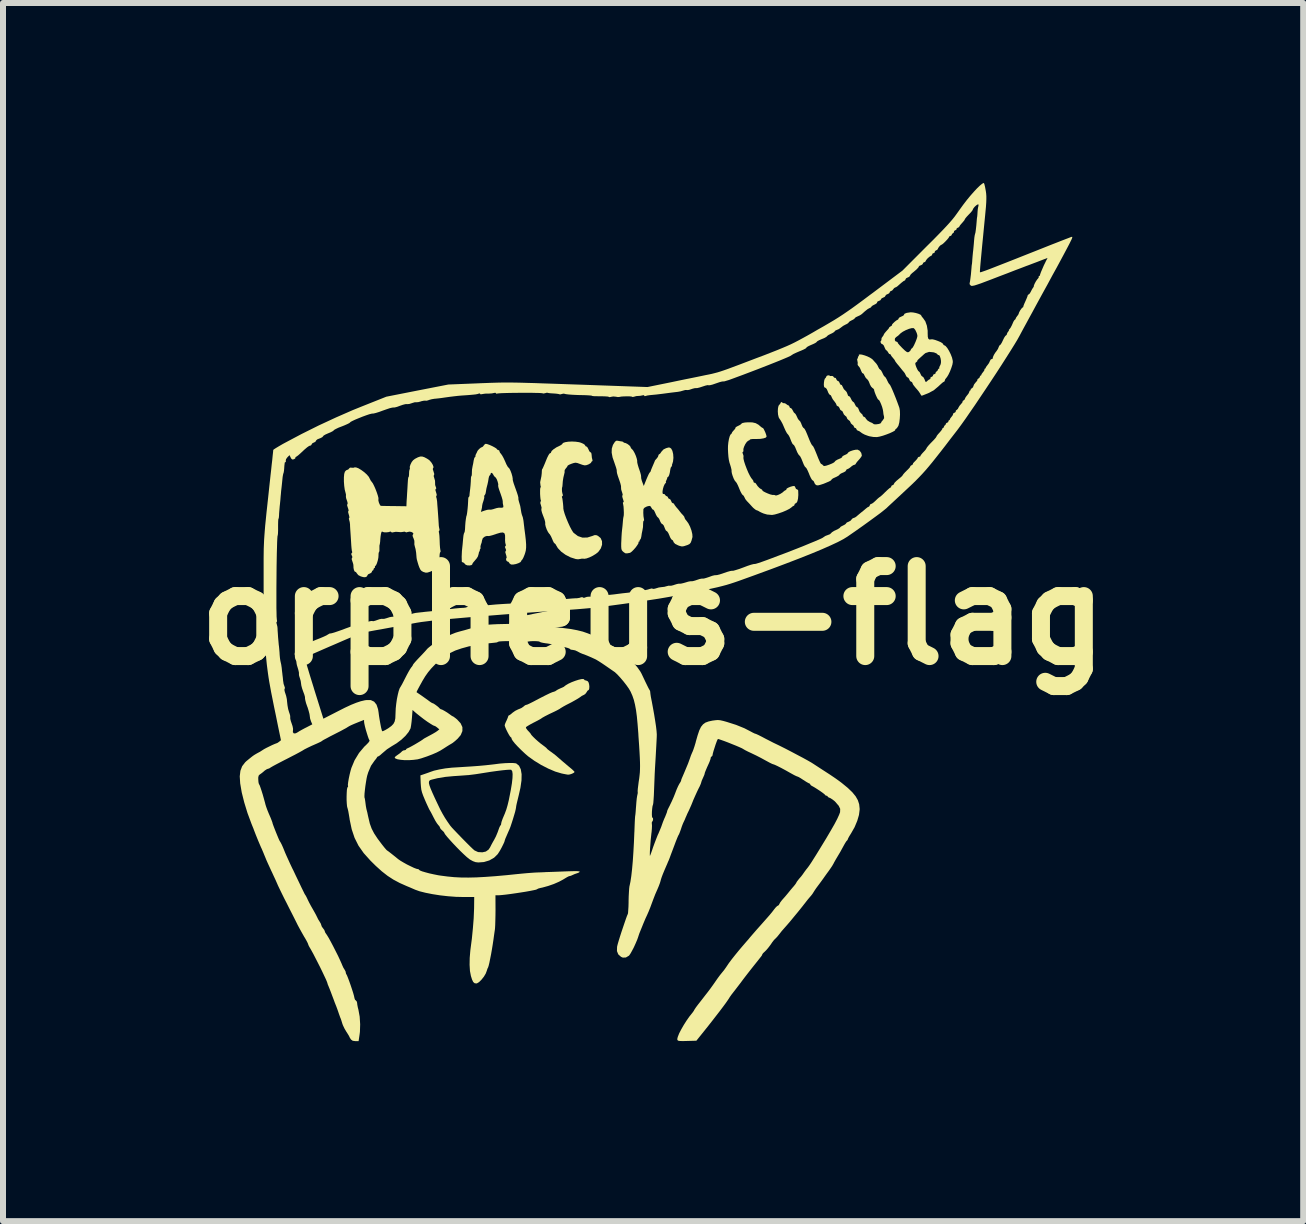
<source format=kicad_pcb>
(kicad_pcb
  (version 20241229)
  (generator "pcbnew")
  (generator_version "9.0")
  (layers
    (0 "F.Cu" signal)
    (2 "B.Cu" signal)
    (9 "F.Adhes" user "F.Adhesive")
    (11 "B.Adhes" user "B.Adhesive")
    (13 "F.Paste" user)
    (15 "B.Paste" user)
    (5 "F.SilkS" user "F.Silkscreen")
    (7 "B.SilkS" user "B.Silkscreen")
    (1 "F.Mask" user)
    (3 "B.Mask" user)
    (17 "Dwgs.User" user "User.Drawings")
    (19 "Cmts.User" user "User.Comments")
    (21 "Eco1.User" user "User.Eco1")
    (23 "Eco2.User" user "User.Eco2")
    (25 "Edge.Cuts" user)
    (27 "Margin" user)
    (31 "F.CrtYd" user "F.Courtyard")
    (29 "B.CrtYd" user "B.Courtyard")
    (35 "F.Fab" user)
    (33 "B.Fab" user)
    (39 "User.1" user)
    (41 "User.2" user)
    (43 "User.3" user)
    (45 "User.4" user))
  (footprint "orpheus-flag"
    (layer "F.Cu")
    (at 7.836 7.207)
    (property "Reference" "orpheus-flag" (at 0 0 0) (layer "F.SilkS") (effects (font (size 1.5 1.5) (thickness 0.3))))
    (attr board_only exclude_from_pos_files exclude_from_bom)
    (fp_poly (pts (xy -1.15 1.068) (xy -1.15 1.069) (xy -1.138 1.082) (xy -1.121 1.084) (xy -1.092 1.096) (xy -1.078 1.113) (xy -1.068 1.144) (xy -1.063 1.183) (xy -1.065 1.219) (xy -1.072 1.241) (xy -1.077 1.245) (xy -1.094 1.256) (xy -1.109 1.281) (xy -1.132 1.311) (xy -1.156 1.326) (xy -1.189 1.342) (xy -1.223 1.367) (xy -1.252 1.386) (xy -1.3 1.414) (xy -1.357 1.446) (xy -1.39 1.463) (xy -1.447 1.492) (xy -1.496 1.519) (xy -1.529 1.539) (xy -1.539 1.545) (xy -1.561 1.56) (xy -1.601 1.582) (xy -1.641 1.602) (xy -1.732 1.645) (xy -1.801 1.68) (xy -1.847 1.706) (xy -1.861 1.716) (xy -1.883 1.73) (xy -1.923 1.752) (xy -1.975 1.779) (xy -1.999 1.791) (xy -2.051 1.819) (xy -2.093 1.844) (xy -2.118 1.861) (xy -2.121 1.866) (xy -2.115 1.885) (xy -2.093 1.914) (xy -2.082 1.926) (xy -2.055 1.955) (xy -2.039 1.975) (xy -2.038 1.979) (xy -2.027 1.995) (xy -2 2.024) (xy -1.962 2.061) (xy -1.918 2.1) (xy -1.875 2.136) (xy -1.84 2.162) (xy -1.804 2.189) (xy -1.779 2.21) (xy -1.773 2.217) (xy -1.76 2.231) (xy -1.729 2.255) (xy -1.703 2.274) (xy -1.655 2.309) (xy -1.609 2.346) (xy -1.592 2.361) (xy -1.555 2.393) (xy -1.508 2.434) (xy -1.477 2.46) (xy -1.411 2.516) (xy -1.364 2.555) (xy -1.334 2.582) (xy -1.317 2.599) (xy -1.31 2.609) (xy -1.31 2.611) (xy -1.323 2.624) (xy -1.352 2.639) (xy -1.388 2.651) (xy -1.418 2.655) (xy -1.449 2.65) (xy -1.496 2.641) (xy -1.528 2.634) (xy -1.632 2.603) (xy -1.747 2.554) (xy -1.866 2.493) (xy -1.98 2.423) (xy -2.082 2.35) (xy -2.13 2.309) (xy -2.197 2.246) (xy -2.257 2.186) (xy -2.306 2.133) (xy -2.34 2.09) (xy -2.357 2.062) (xy -2.358 2.056) (xy -2.365 2.035) (xy -2.373 2.031) (xy -2.385 2.018) (xy -2.404 1.988) (xy -2.427 1.946) (xy -2.449 1.901) (xy -2.466 1.861) (xy -2.474 1.835) (xy -2.474 1.832) (xy -2.469 1.811) (xy -2.454 1.775) (xy -2.445 1.757) (xy -2.428 1.718) (xy -2.417 1.689) (xy -2.416 1.682) (xy -2.407 1.667) (xy -2.403 1.667) (xy -2.385 1.657) (xy -2.356 1.634) (xy -2.344 1.623) (xy -2.299 1.591) (xy -2.249 1.566) (xy -2.24 1.563) (xy -2.197 1.545) (xy -2.164 1.523) (xy -2.16 1.519) (xy -2.134 1.498) (xy -2.117 1.492) (xy -2.096 1.486) (xy -2.057 1.468) (xy -2.009 1.444) (xy -2.003 1.441) (xy -1.889 1.381) (xy -1.797 1.334) (xy -1.727 1.3) (xy -1.68 1.28) (xy -1.659 1.274) (xy -1.633 1.265) (xy -1.617 1.254) (xy -1.588 1.236) (xy -1.548 1.217) (xy -1.543 1.215) (xy -1.508 1.2) (xy -1.486 1.189) (xy -1.485 1.187) (xy -1.455 1.164) (xy -1.411 1.138) (xy -1.357 1.113) (xy -1.299 1.091) (xy -1.243 1.073) (xy -1.196 1.062) (xy -1.163 1.06)) (stroke (width 0) (type solid)) (fill yes) (layer "F.SilkS"))
    (fp_poly (pts (xy 2.154 -3.546) (xy 2.165 -3.537) (xy 2.174 -3.538) (xy 2.199 -3.535) (xy 2.217 -3.523) (xy 2.242 -3.505) (xy 2.255 -3.501) (xy 2.269 -3.489) (xy 2.271 -3.479) (xy 2.281 -3.46) (xy 2.291 -3.457) (xy 2.31 -3.445) (xy 2.328 -3.415) (xy 2.329 -3.413) (xy 2.345 -3.383) (xy 2.359 -3.37) (xy 2.36 -3.37) (xy 2.373 -3.357) (xy 2.39 -3.327) (xy 2.396 -3.313) (xy 2.414 -3.275) (xy 2.432 -3.252) (xy 2.436 -3.249) (xy 2.452 -3.232) (xy 2.469 -3.197) (xy 2.474 -3.182) (xy 2.49 -3.145) (xy 2.506 -3.124) (xy 2.511 -3.122) (xy 2.524 -3.109) (xy 2.543 -3.075) (xy 2.565 -3.024) (xy 2.584 -2.977) (xy 2.608 -2.917) (xy 2.63 -2.869) (xy 2.647 -2.839) (xy 2.655 -2.831) (xy 2.667 -2.818) (xy 2.685 -2.784) (xy 2.707 -2.732) (xy 2.729 -2.678) (xy 2.753 -2.617) (xy 2.775 -2.568) (xy 2.791 -2.535) (xy 2.8 -2.525) (xy 2.819 -2.515) (xy 2.83 -2.503) (xy 2.842 -2.492) (xy 2.859 -2.49) (xy 2.89 -2.497) (xy 2.937 -2.513) (xy 2.983 -2.532) (xy 3.016 -2.55) (xy 3.028 -2.563) (xy 3.04 -2.577) (xy 3.072 -2.596) (xy 3.093 -2.605) (xy 3.13 -2.621) (xy 3.15 -2.636) (xy 3.151 -2.642) (xy 3.158 -2.654) (xy 3.185 -2.669) (xy 3.195 -2.673) (xy 3.228 -2.689) (xy 3.245 -2.704) (xy 3.246 -2.707) (xy 3.259 -2.722) (xy 3.291 -2.738) (xy 3.333 -2.752) (xy 3.376 -2.761) (xy 3.408 -2.762) (xy 3.443 -2.744) (xy 3.469 -2.708) (xy 3.479 -2.664) (xy 3.469 -2.643) (xy 3.445 -2.611) (xy 3.428 -2.592) (xy 3.399 -2.559) (xy 3.38 -2.533) (xy 3.377 -2.525) (xy 3.365 -2.512) (xy 3.356 -2.511) (xy 3.332 -2.502) (xy 3.3 -2.479) (xy 3.296 -2.474) (xy 3.264 -2.45) (xy 3.239 -2.438) (xy 3.237 -2.438) (xy 3.219 -2.427) (xy 3.217 -2.417) (xy 3.204 -2.4) (xy 3.173 -2.383) (xy 3.165 -2.38) (xy 3.129 -2.364) (xy 3.107 -2.347) (xy 3.106 -2.344) (xy 3.089 -2.328) (xy 3.054 -2.309) (xy 3.034 -2.3) (xy 2.997 -2.283) (xy 2.976 -2.267) (xy 2.973 -2.261) (xy 2.963 -2.249) (xy 2.931 -2.231) (xy 2.885 -2.212) (xy 2.882 -2.21) (xy 2.821 -2.187) (xy 2.78 -2.174) (xy 2.753 -2.168) (xy 2.732 -2.168) (xy 2.72 -2.171) (xy 2.698 -2.189) (xy 2.687 -2.213) (xy 2.674 -2.24) (xy 2.66 -2.249) (xy 2.646 -2.262) (xy 2.627 -2.295) (xy 2.605 -2.343) (xy 2.6 -2.358) (xy 2.578 -2.409) (xy 2.559 -2.447) (xy 2.544 -2.466) (xy 2.542 -2.467) (xy 2.529 -2.48) (xy 2.511 -2.513) (xy 2.492 -2.56) (xy 2.491 -2.563) (xy 2.471 -2.612) (xy 2.452 -2.649) (xy 2.437 -2.666) (xy 2.437 -2.666) (xy 2.422 -2.683) (xy 2.402 -2.719) (xy 2.385 -2.76) (xy 2.367 -2.804) (xy 2.349 -2.836) (xy 2.337 -2.846) (xy 2.324 -2.858) (xy 2.307 -2.891) (xy 2.293 -2.926) (xy 2.275 -2.972) (xy 2.256 -3.006) (xy 2.245 -3.019) (xy 2.23 -3.037) (xy 2.209 -3.075) (xy 2.186 -3.126) (xy 2.181 -3.138) (xy 2.157 -3.193) (xy 2.132 -3.239) (xy 2.113 -3.269) (xy 2.11 -3.271) (xy 2.093 -3.301) (xy 2.082 -3.348) (xy 2.078 -3.402) (xy 2.081 -3.453) (xy 2.09 -3.493) (xy 2.101 -3.508) (xy 2.119 -3.528) (xy 2.122 -3.537) (xy 2.131 -3.552) (xy 2.147 -3.556)) (stroke (width 0) (type solid)) (fill yes) (layer "F.SilkS"))
    (fp_poly (pts (xy 1.653 -3.217) (xy 1.709 -3.204) (xy 1.756 -3.178) (xy 1.786 -3.152) (xy 1.812 -3.131) (xy 1.829 -3.123) (xy 1.829 -3.123) (xy 1.84 -3.112) (xy 1.855 -3.082) (xy 1.872 -3.045) (xy 1.885 -3.008) (xy 1.891 -2.982) (xy 1.891 -2.981) (xy 1.879 -2.964) (xy 1.842 -2.951) (xy 1.788 -2.942) (xy 1.721 -2.94) (xy 1.707 -2.94) (xy 1.66 -2.94) (xy 1.627 -2.936) (xy 1.616 -2.932) (xy 1.604 -2.919) (xy 1.585 -2.911) (xy 1.562 -2.892) (xy 1.537 -2.856) (xy 1.516 -2.812) (xy 1.504 -2.773) (xy 1.505 -2.751) (xy 1.503 -2.73) (xy 1.496 -2.726) (xy 1.488 -2.713) (xy 1.497 -2.69) (xy 1.507 -2.657) (xy 1.505 -2.637) (xy 1.506 -2.61) (xy 1.517 -2.564) (xy 1.536 -2.506) (xy 1.56 -2.443) (xy 1.586 -2.381) (xy 1.613 -2.327) (xy 1.636 -2.288) (xy 1.645 -2.278) (xy 1.667 -2.249) (xy 1.674 -2.226) (xy 1.681 -2.211) (xy 1.688 -2.212) (xy 1.704 -2.208) (xy 1.718 -2.19) (xy 1.742 -2.154) (xy 1.772 -2.123) (xy 1.798 -2.105) (xy 1.805 -2.103) (xy 1.818 -2.092) (xy 1.819 -2.085) (xy 1.832 -2.071) (xy 1.864 -2.053) (xy 1.906 -2.034) (xy 1.95 -2.017) (xy 1.987 -2.008) (xy 2.007 -2.008) (xy 2.026 -2.006) (xy 2.03 -2.003) (xy 2.048 -1.998) (xy 2.081 -2.007) (xy 2.12 -2.025) (xy 2.156 -2.048) (xy 2.169 -2.06) (xy 2.195 -2.081) (xy 2.213 -2.089) (xy 2.222 -2.098) (xy 2.221 -2.102) (xy 2.227 -2.114) (xy 2.253 -2.129) (xy 2.289 -2.144) (xy 2.324 -2.154) (xy 2.351 -2.157) (xy 2.357 -2.155) (xy 2.371 -2.133) (xy 2.373 -2.124) (xy 2.384 -2.106) (xy 2.394 -2.103) (xy 2.414 -2.091) (xy 2.418 -2.078) (xy 2.42 -2.007) (xy 2.415 -1.946) (xy 2.404 -1.9) (xy 2.388 -1.874) (xy 2.379 -1.87) (xy 2.361 -1.859) (xy 2.358 -1.849) (xy 2.35 -1.829) (xy 2.344 -1.827) (xy 2.325 -1.817) (xy 2.304 -1.799) (xy 2.272 -1.776) (xy 2.221 -1.75) (xy 2.158 -1.723) (xy 2.091 -1.7) (xy 2.029 -1.682) (xy 1.982 -1.674) (xy 1.9 -1.681) (xy 1.841 -1.698) (xy 1.799 -1.716) (xy 1.77 -1.731) (xy 1.761 -1.737) (xy 1.742 -1.747) (xy 1.727 -1.751) (xy 1.703 -1.764) (xy 1.669 -1.792) (xy 1.647 -1.815) (xy 1.611 -1.855) (xy 1.577 -1.891) (xy 1.563 -1.905) (xy 1.537 -1.938) (xy 1.523 -1.967) (xy 1.507 -1.996) (xy 1.493 -2.006) (xy 1.479 -2.023) (xy 1.459 -2.059) (xy 1.437 -2.109) (xy 1.434 -2.118) (xy 1.412 -2.169) (xy 1.392 -2.208) (xy 1.376 -2.228) (xy 1.375 -2.229) (xy 1.36 -2.247) (xy 1.342 -2.282) (xy 1.325 -2.326) (xy 1.312 -2.369) (xy 1.307 -2.401) (xy 1.308 -2.406) (xy 1.306 -2.43) (xy 1.296 -2.471) (xy 1.287 -2.501) (xy 1.272 -2.548) (xy 1.262 -2.592) (xy 1.255 -2.643) (xy 1.25 -2.708) (xy 1.247 -2.773) (xy 1.248 -2.827) (xy 1.254 -2.886) (xy 1.264 -2.941) (xy 1.277 -2.987) (xy 1.29 -3.015) (xy 1.298 -3.02) (xy 1.309 -3.032) (xy 1.31 -3.037) (xy 1.32 -3.057) (xy 1.344 -3.085) (xy 1.346 -3.086) (xy 1.367 -3.111) (xy 1.373 -3.127) (xy 1.372 -3.128) (xy 1.379 -3.138) (xy 1.405 -3.153) (xy 1.416 -3.158) (xy 1.451 -3.176) (xy 1.472 -3.194) (xy 1.473 -3.197) (xy 1.491 -3.207) (xy 1.532 -3.215) (xy 1.579 -3.218)) (stroke (width 0) (type solid)) (fill yes) (layer "F.SilkS"))
    (fp_poly (pts (xy -1.292 -2.895) (xy -1.235 -2.887) (xy -1.204 -2.878) (xy -1.165 -2.861) (xy -1.14 -2.844) (xy -1.135 -2.836) (xy -1.124 -2.818) (xy -1.115 -2.817) (xy -1.097 -2.804) (xy -1.08 -2.773) (xy -1.077 -2.766) (xy -1.062 -2.734) (xy -1.046 -2.719) (xy -1.043 -2.719) (xy -1.031 -2.708) (xy -1.025 -2.675) (xy -1.025 -2.671) (xy -1.021 -2.629) (xy -1.013 -2.596) (xy -1.012 -2.595) (xy -1.01 -2.573) (xy -1.017 -2.569) (xy -1.03 -2.559) (xy -1.03 -2.553) (xy -1.04 -2.539) (xy -1.069 -2.521) (xy -1.081 -2.515) (xy -1.115 -2.503) (xy -1.143 -2.501) (xy -1.177 -2.509) (xy -1.214 -2.522) (xy -1.26 -2.539) (xy -1.292 -2.545) (xy -1.322 -2.54) (xy -1.359 -2.528) (xy -1.398 -2.512) (xy -1.422 -2.498) (xy -1.426 -2.492) (xy -1.435 -2.474) (xy -1.455 -2.45) (xy -1.473 -2.424) (xy -1.476 -2.407) (xy -1.475 -2.386) (xy -1.483 -2.35) (xy -1.485 -2.343) (xy -1.496 -2.297) (xy -1.505 -2.24) (xy -1.507 -2.216) (xy -1.51 -2.173) (xy -1.513 -2.146) (xy -1.514 -2.14) (xy -1.519 -2.127) (xy -1.52 -2.097) (xy -1.518 -2.062) (xy -1.512 -2.032) (xy -1.509 -2.024) (xy -1.503 -1.998) (xy -1.512 -1.99) (xy -1.522 -1.976) (xy -1.52 -1.971) (xy -1.513 -1.948) (xy -1.507 -1.906) (xy -1.501 -1.855) (xy -1.497 -1.804) (xy -1.497 -1.784) (xy -1.49 -1.745) (xy -1.473 -1.688) (xy -1.448 -1.62) (xy -1.418 -1.548) (xy -1.387 -1.48) (xy -1.357 -1.423) (xy -1.332 -1.384) (xy -1.325 -1.376) (xy -1.254 -1.322) (xy -1.178 -1.296) (xy -1.096 -1.298) (xy -1.015 -1.323) (xy -0.976 -1.338) (xy -0.949 -1.338) (xy -0.92 -1.326) (xy -0.875 -1.289) (xy -0.852 -1.237) (xy -0.851 -1.178) (xy -0.872 -1.116) (xy -0.913 -1.059) (xy -0.953 -1.026) (xy -1.005 -0.994) (xy -1.06 -0.967) (xy -1.111 -0.949) (xy -1.149 -0.943) (xy -1.16 -0.945) (xy -1.188 -0.946) (xy -1.212 -0.941) (xy -1.25 -0.935) (xy -1.288 -0.939) (xy -1.376 -0.967) (xy -1.46 -1.01) (xy -1.533 -1.063) (xy -1.588 -1.121) (xy -1.612 -1.161) (xy -1.628 -1.189) (xy -1.643 -1.201) (xy -1.655 -1.213) (xy -1.671 -1.245) (xy -1.681 -1.27) (xy -1.701 -1.315) (xy -1.722 -1.351) (xy -1.732 -1.361) (xy -1.752 -1.389) (xy -1.773 -1.431) (xy -1.79 -1.478) (xy -1.799 -1.518) (xy -1.798 -1.537) (xy -1.8 -1.56) (xy -1.811 -1.601) (xy -1.83 -1.652) (xy -1.833 -1.659) (xy -1.852 -1.711) (xy -1.862 -1.751) (xy -1.863 -1.773) (xy -1.862 -1.774) (xy -1.859 -1.795) (xy -1.868 -1.83) (xy -1.87 -1.836) (xy -1.881 -1.873) (xy -1.877 -1.893) (xy -1.877 -1.893) (xy -1.869 -1.911) (xy -1.871 -1.915) (xy -1.877 -1.938) (xy -1.881 -1.977) (xy -1.884 -2.024) (xy -1.884 -2.071) (xy -1.883 -2.11) (xy -1.878 -2.131) (xy -1.876 -2.132) (xy -1.872 -2.144) (xy -1.878 -2.168) (xy -1.883 -2.22) (xy -1.873 -2.267) (xy -1.862 -2.32) (xy -1.856 -2.374) (xy -1.856 -2.384) (xy -1.854 -2.419) (xy -1.85 -2.437) (xy -1.848 -2.438) (xy -1.84 -2.451) (xy -1.825 -2.485) (xy -1.804 -2.534) (xy -1.79 -2.569) (xy -1.767 -2.625) (xy -1.745 -2.669) (xy -1.728 -2.696) (xy -1.721 -2.7) (xy -1.704 -2.709) (xy -1.703 -2.715) (xy -1.691 -2.741) (xy -1.657 -2.771) (xy -1.61 -2.802) (xy -1.578 -2.817) (xy -1.541 -2.836) (xy -1.517 -2.853) (xy -1.514 -2.859) (xy -1.5 -2.875) (xy -1.465 -2.887) (xy -1.414 -2.895) (xy -1.354 -2.898)) (stroke (width 0) (type solid)) (fill yes) (layer "F.SilkS"))
    (fp_poly (pts (xy -2.328 2.461) (xy -2.287 2.466) (xy -2.28 2.469) (xy -2.235 2.505) (xy -2.206 2.565) (xy -2.192 2.647) (xy -2.194 2.751) (xy -2.212 2.875) (xy -2.24 2.998) (xy -2.257 3.068) (xy -2.272 3.13) (xy -2.282 3.177) (xy -2.285 3.203) (xy -2.285 3.203) (xy -2.29 3.23) (xy -2.301 3.277) (xy -2.319 3.338) (xy -2.339 3.404) (xy -2.36 3.469) (xy -2.379 3.526) (xy -2.395 3.566) (xy -2.413 3.606) (xy -2.435 3.657) (xy -2.444 3.678) (xy -2.462 3.719) (xy -2.472 3.748) (xy -2.474 3.756) (xy -2.481 3.779) (xy -2.5 3.82) (xy -2.525 3.87) (xy -2.553 3.921) (xy -2.581 3.965) (xy -2.59 3.979) (xy -2.651 4.039) (xy -2.73 4.084) (xy -2.82 4.111) (xy -2.912 4.118) (xy -2.958 4.113) (xy -3.003 4.097) (xy -3.052 4.07) (xy -3.066 4.06) (xy -3.107 4.027) (xy -3.158 3.98) (xy -3.215 3.925) (xy -3.274 3.865) (xy -3.332 3.804) (xy -3.385 3.746) (xy -3.43 3.695) (xy -3.462 3.656) (xy -3.478 3.631) (xy -3.479 3.627) (xy -3.489 3.61) (xy -3.514 3.586) (xy -3.515 3.585) (xy -3.541 3.56) (xy -3.552 3.539) (xy -3.552 3.538) (xy -3.562 3.516) (xy -3.582 3.493) (xy -3.603 3.466) (xy -3.63 3.423) (xy -3.658 3.37) (xy -3.661 3.365) (xy -3.686 3.315) (xy -3.708 3.274) (xy -3.722 3.25) (xy -3.723 3.248) (xy -3.734 3.229) (xy -3.753 3.188) (xy -3.778 3.134) (xy -3.802 3.079) (xy -3.832 3.007) (xy -3.852 2.951) (xy -3.864 2.903) (xy -3.87 2.852) (xy -3.874 2.797) (xy -3.737 2.797) (xy -3.728 2.833) (xy -3.71 2.883) (xy -3.682 2.949) (xy -3.644 3.033) (xy -3.594 3.139) (xy -3.547 3.237) (xy -3.512 3.302) (xy -3.47 3.374) (xy -3.424 3.444) (xy -3.381 3.505) (xy -3.349 3.543) (xy -3.263 3.633) (xy -3.184 3.715) (xy -3.112 3.788) (xy -3.053 3.847) (xy -3.007 3.891) (xy -2.978 3.917) (xy -2.976 3.918) (xy -2.917 3.945) (xy -2.846 3.949) (xy -2.788 3.936) (xy -2.743 3.904) (xy -2.718 3.867) (xy -2.696 3.823) (xy -2.667 3.77) (xy -2.65 3.741) (xy -2.62 3.683) (xy -2.592 3.616) (xy -2.581 3.585) (xy -2.565 3.54) (xy -2.551 3.51) (xy -2.544 3.501) (xy -2.535 3.488) (xy -2.533 3.472) (xy -2.527 3.442) (xy -2.512 3.399) (xy -2.505 3.381) (xy -2.471 3.301) (xy -2.446 3.233) (xy -2.426 3.164) (xy -2.406 3.082) (xy -2.401 3.057) (xy -2.373 2.915) (xy -2.354 2.8) (xy -2.344 2.71) (xy -2.342 2.644) (xy -2.348 2.599) (xy -2.363 2.576) (xy -2.368 2.573) (xy -2.393 2.572) (xy -2.443 2.575) (xy -2.514 2.582) (xy -2.602 2.593) (xy -2.704 2.607) (xy -2.817 2.625) (xy -2.887 2.636) (xy -2.958 2.647) (xy -3.029 2.656) (xy -3.088 2.663) (xy -3.098 2.663) (xy -3.15 2.667) (xy -3.22 2.672) (xy -3.294 2.677) (xy -3.326 2.679) (xy -3.463 2.692) (xy -3.595 2.714) (xy -3.693 2.738) (xy -3.714 2.745) (xy -3.729 2.756) (xy -3.736 2.772) (xy -3.737 2.797) (xy -3.874 2.797) (xy -3.874 2.796) (xy -3.879 2.667) (xy -3.814 2.645) (xy -3.768 2.629) (xy -3.729 2.615) (xy -3.719 2.611) (xy -3.652 2.588) (xy -3.564 2.568) (xy -3.462 2.55) (xy -3.354 2.538) (xy -3.289 2.534) (xy -3.162 2.526) (xy -3.035 2.518) (xy -2.912 2.509) (xy -2.802 2.499) (xy -2.709 2.489) (xy -2.649 2.482) (xy -2.556 2.47) (xy -2.468 2.463) (xy -2.39 2.46)) (stroke (width 0) (type solid)) (fill yes) (layer "F.SilkS"))
    (fp_poly (pts (xy 3.481 -4.346) (xy 3.524 -4.334) (xy 3.57 -4.317) (xy 3.614 -4.296) (xy 3.649 -4.273) (xy 3.662 -4.261) (xy 3.692 -4.227) (xy 3.717 -4.2) (xy 3.718 -4.199) (xy 3.739 -4.169) (xy 3.754 -4.137) (xy 3.77 -4.109) (xy 3.784 -4.097) (xy 3.798 -4.085) (xy 3.816 -4.054) (xy 3.823 -4.039) (xy 3.84 -4.004) (xy 3.855 -3.983) (xy 3.859 -3.981) (xy 3.872 -3.969) (xy 3.891 -3.938) (xy 3.901 -3.916) (xy 3.92 -3.878) (xy 3.936 -3.854) (xy 3.942 -3.85) (xy 3.951 -3.837) (xy 3.968 -3.803) (xy 3.991 -3.752) (xy 4.017 -3.689) (xy 4.044 -3.622) (xy 4.07 -3.554) (xy 4.093 -3.491) (xy 4.105 -3.457) (xy 4.113 -3.411) (xy 4.115 -3.348) (xy 4.111 -3.28) (xy 4.103 -3.215) (xy 4.09 -3.166) (xy 4.085 -3.155) (xy 4.065 -3.124) (xy 4.048 -3.108) (xy 4.046 -3.108) (xy 4.035 -3.097) (xy 4.036 -3.091) (xy 4.025 -3.077) (xy 3.992 -3.059) (xy 3.945 -3.037) (xy 3.888 -3.015) (xy 3.83 -2.995) (xy 3.775 -2.98) (xy 3.731 -2.972) (xy 3.727 -2.972) (xy 3.669 -2.974) (xy 3.602 -2.986) (xy 3.577 -2.994) (xy 3.526 -3.013) (xy 3.483 -3.036) (xy 3.464 -3.05) (xy 3.435 -3.071) (xy 3.413 -3.079) (xy 3.394 -3.09) (xy 3.392 -3.1) (xy 3.38 -3.12) (xy 3.37 -3.122) (xy 3.35 -3.134) (xy 3.348 -3.144) (xy 3.336 -3.167) (xy 3.319 -3.18) (xy 3.296 -3.201) (xy 3.29 -3.217) (xy 3.278 -3.24) (xy 3.261 -3.253) (xy 3.237 -3.274) (xy 3.231 -3.29) (xy 3.22 -3.313) (xy 3.204 -3.325) (xy 3.179 -3.35) (xy 3.167 -3.377) (xy 3.154 -3.404) (xy 3.138 -3.413) (xy 3.12 -3.426) (xy 3.109 -3.45) (xy 3.095 -3.477) (xy 3.078 -3.486) (xy 3.059 -3.498) (xy 3.057 -3.507) (xy 3.047 -3.531) (xy 3.025 -3.563) (xy 3.02 -3.568) (xy 2.993 -3.604) (xy 2.975 -3.639) (xy 2.975 -3.641) (xy 2.962 -3.668) (xy 2.948 -3.675) (xy 2.933 -3.688) (xy 2.916 -3.719) (xy 2.911 -3.734) (xy 2.895 -3.77) (xy 2.879 -3.79) (xy 2.874 -3.792) (xy 2.853 -3.803) (xy 2.85 -3.81) (xy 2.845 -3.841) (xy 2.847 -3.881) (xy 2.853 -3.92) (xy 2.862 -3.945) (xy 2.866 -3.949) (xy 2.881 -3.966) (xy 2.882 -3.973) (xy 2.894 -3.992) (xy 2.911 -4) (xy 2.934 -4.001) (xy 2.94 -3.996) (xy 2.952 -3.989) (xy 2.969 -3.991) (xy 2.998 -3.988) (xy 3.007 -3.975) (xy 3.021 -3.96) (xy 3.03 -3.961) (xy 3.044 -3.956) (xy 3.052 -3.939) (xy 3.066 -3.914) (xy 3.08 -3.908) (xy 3.098 -3.896) (xy 3.109 -3.872) (xy 3.12 -3.848) (xy 3.131 -3.844) (xy 3.145 -3.838) (xy 3.159 -3.811) (xy 3.161 -3.807) (xy 3.179 -3.771) (xy 3.203 -3.748) (xy 3.225 -3.724) (xy 3.239 -3.69) (xy 3.249 -3.662) (xy 3.261 -3.654) (xy 3.262 -3.654) (xy 3.276 -3.648) (xy 3.293 -3.622) (xy 3.297 -3.611) (xy 3.315 -3.578) (xy 3.331 -3.56) (xy 3.334 -3.559) (xy 3.349 -3.547) (xy 3.364 -3.517) (xy 3.365 -3.515) (xy 3.381 -3.485) (xy 3.398 -3.472) (xy 3.399 -3.472) (xy 3.415 -3.459) (xy 3.428 -3.429) (xy 3.428 -3.428) (xy 3.444 -3.392) (xy 3.465 -3.369) (xy 3.488 -3.348) (xy 3.493 -3.333) (xy 3.504 -3.314) (xy 3.513 -3.311) (xy 3.533 -3.3) (xy 3.548 -3.276) (xy 3.573 -3.248) (xy 3.612 -3.224) (xy 3.616 -3.222) (xy 3.65 -3.208) (xy 3.667 -3.196) (xy 3.668 -3.195) (xy 3.681 -3.186) (xy 3.715 -3.184) (xy 3.759 -3.19) (xy 3.788 -3.199) (xy 3.799 -3.211) (xy 3.808 -3.23) (xy 3.829 -3.254) (xy 3.85 -3.287) (xy 3.848 -3.316) (xy 3.839 -3.354) (xy 3.835 -3.393) (xy 3.829 -3.429) (xy 3.817 -3.474) (xy 3.8 -3.52) (xy 3.782 -3.561) (xy 3.766 -3.588) (xy 3.755 -3.595) (xy 3.745 -3.604) (xy 3.73 -3.632) (xy 3.712 -3.671) (xy 3.696 -3.712) (xy 3.685 -3.746) (xy 3.683 -3.763) (xy 3.671 -3.78) (xy 3.654 -3.792) (xy 3.632 -3.815) (xy 3.612 -3.853) (xy 3.608 -3.866) (xy 3.591 -3.906) (xy 3.571 -3.934) (xy 3.565 -3.938) (xy 3.543 -3.961) (xy 3.524 -3.996) (xy 3.524 -3.996) (xy 3.51 -4.025) (xy 3.497 -4.034) (xy 3.496 -4.034) (xy 3.484 -4.041) (xy 3.47 -4.069) (xy 3.464 -4.084) (xy 3.447 -4.124) (xy 3.429 -4.15) (xy 3.423 -4.154) (xy 3.409 -4.175) (xy 3.409 -4.186) (xy 3.41 -4.215) (xy 3.405 -4.239) (xy 3.4 -4.268) (xy 3.407 -4.28) (xy 3.415 -4.297) (xy 3.413 -4.302) (xy 3.415 -4.315) (xy 3.421 -4.316) (xy 3.431 -4.324) (xy 3.429 -4.329) (xy 3.428 -4.345) (xy 3.447 -4.35)) (stroke (width 0) (type solid)) (fill yes) (layer "F.SilkS"))
    (fp_poly (pts (xy 4.333 -5.049) (xy 4.38 -5.04) (xy 4.423 -5.027) (xy 4.456 -5.012) (xy 4.469 -4.998) (xy 4.478 -4.98) (xy 4.5 -4.954) (xy 4.537 -4.901) (xy 4.563 -4.828) (xy 4.576 -4.745) (xy 4.576 -4.702) (xy 4.578 -4.643) (xy 4.588 -4.609) (xy 4.608 -4.597) (xy 4.633 -4.601) (xy 4.66 -4.601) (xy 4.7 -4.591) (xy 4.747 -4.574) (xy 4.79 -4.556) (xy 4.821 -4.537) (xy 4.833 -4.523) (xy 4.842 -4.506) (xy 4.847 -4.505) (xy 4.872 -4.492) (xy 4.902 -4.458) (xy 4.932 -4.409) (xy 4.96 -4.353) (xy 4.982 -4.296) (xy 4.994 -4.244) (xy 4.995 -4.221) (xy 4.988 -4.179) (xy 4.97 -4.123) (xy 4.947 -4.064) (xy 4.921 -4.01) (xy 4.897 -3.971) (xy 4.889 -3.962) (xy 4.868 -3.935) (xy 4.862 -3.915) (xy 4.853 -3.896) (xy 4.846 -3.894) (xy 4.829 -3.884) (xy 4.799 -3.858) (xy 4.76 -3.822) (xy 4.755 -3.817) (xy 4.676 -3.751) (xy 4.585 -3.703) (xy 4.58 -3.701) (xy 4.532 -3.682) (xy 4.494 -3.667) (xy 4.476 -3.661) (xy 4.475 -3.661) (xy 4.465 -3.672) (xy 4.454 -3.691) (xy 4.431 -3.727) (xy 4.416 -3.746) (xy 4.372 -3.797) (xy 4.344 -3.832) (xy 4.329 -3.854) (xy 4.324 -3.869) (xy 4.323 -3.874) (xy 4.311 -3.891) (xy 4.302 -3.894) (xy 4.282 -3.906) (xy 4.271 -3.93) (xy 4.257 -3.957) (xy 4.242 -3.966) (xy 4.224 -3.979) (xy 4.213 -3.999) (xy 4.194 -4.037) (xy 4.179 -4.057) (xy 4.153 -4.087) (xy 4.127 -4.12) (xy 4.095 -4.16) (xy 4.066 -4.194) (xy 4.369 -4.194) (xy 4.376 -4.167) (xy 4.387 -4.136) (xy 4.405 -4.097) (xy 4.42 -4.073) (xy 4.427 -4.068) (xy 4.441 -4.056) (xy 4.456 -4.026) (xy 4.456 -4.025) (xy 4.472 -3.994) (xy 4.488 -3.981) (xy 4.489 -3.981) (xy 4.505 -3.969) (xy 4.522 -3.938) (xy 4.525 -3.931) (xy 4.537 -3.899) (xy 4.548 -3.89) (xy 4.564 -3.902) (xy 4.571 -3.909) (xy 4.597 -3.93) (xy 4.615 -3.937) (xy 4.623 -3.946) (xy 4.621 -3.953) (xy 4.625 -3.968) (xy 4.642 -3.976) (xy 4.662 -3.988) (xy 4.664 -3.998) (xy 4.668 -4.012) (xy 4.685 -4.02) (xy 4.706 -4.031) (xy 4.708 -4.041) (xy 4.712 -4.056) (xy 4.722 -4.063) (xy 4.742 -4.081) (xy 4.745 -4.092) (xy 4.755 -4.11) (xy 4.762 -4.112) (xy 4.772 -4.118) (xy 4.77 -4.122) (xy 4.769 -4.139) (xy 4.775 -4.149) (xy 4.789 -4.177) (xy 4.797 -4.207) (xy 4.798 -4.241) (xy 4.792 -4.28) (xy 4.781 -4.315) (xy 4.769 -4.336) (xy 4.76 -4.338) (xy 4.745 -4.342) (xy 4.741 -4.35) (xy 4.723 -4.366) (xy 4.687 -4.381) (xy 4.672 -4.385) (xy 4.6 -4.392) (xy 4.539 -4.372) (xy 4.513 -4.351) (xy 4.488 -4.328) (xy 4.453 -4.297) (xy 4.441 -4.286) (xy 4.414 -4.261) (xy 4.402 -4.245) (xy 4.403 -4.243) (xy 4.403 -4.236) (xy 4.389 -4.223) (xy 4.373 -4.21) (xy 4.369 -4.194) (xy 4.066 -4.194) (xy 4.065 -4.196) (xy 4.043 -4.224) (xy 4.032 -4.242) (xy 4.032 -4.243) (xy 4.023 -4.26) (xy 4.001 -4.287) (xy 3.996 -4.293) (xy 3.972 -4.322) (xy 3.96 -4.344) (xy 3.959 -4.347) (xy 3.951 -4.355) (xy 3.947 -4.354) (xy 3.933 -4.359) (xy 3.918 -4.382) (xy 3.901 -4.408) (xy 3.888 -4.418) (xy 3.875 -4.43) (xy 3.86 -4.461) (xy 3.857 -4.469) (xy 3.842 -4.502) (xy 3.824 -4.519) (xy 3.821 -4.52) (xy 3.803 -4.529) (xy 3.791 -4.551) (xy 3.791 -4.57) (xy 3.797 -4.575) (xy 3.806 -4.589) (xy 4.028 -4.589) (xy 4.04 -4.568) (xy 4.056 -4.563) (xy 4.074 -4.554) (xy 4.076 -4.547) (xy 4.085 -4.53) (xy 4.111 -4.5) (xy 4.148 -4.461) (xy 4.156 -4.453) (xy 4.198 -4.413) (xy 4.226 -4.392) (xy 4.245 -4.385) (xy 4.262 -4.39) (xy 4.265 -4.392) (xy 4.288 -4.413) (xy 4.294 -4.427) (xy 4.306 -4.447) (xy 4.314 -4.451) (xy 4.329 -4.468) (xy 4.349 -4.504) (xy 4.371 -4.553) (xy 4.373 -4.557) (xy 4.393 -4.609) (xy 4.403 -4.644) (xy 4.404 -4.67) (xy 4.396 -4.699) (xy 4.389 -4.717) (xy 4.37 -4.757) (xy 4.349 -4.783) (xy 4.342 -4.788) (xy 4.311 -4.788) (xy 4.265 -4.776) (xy 4.213 -4.755) (xy 4.163 -4.729) (xy 4.125 -4.702) (xy 4.118 -4.695) (xy 4.085 -4.663) (xy 4.053 -4.64) (xy 4.05 -4.638) (xy 4.031 -4.617) (xy 4.028 -4.589) (xy 3.806 -4.589) (xy 3.806 -4.59) (xy 3.805 -4.599) (xy 3.808 -4.623) (xy 3.82 -4.64) (xy 3.838 -4.665) (xy 3.843 -4.677) (xy 3.852 -4.695) (xy 3.876 -4.725) (xy 3.893 -4.744) (xy 3.92 -4.774) (xy 3.934 -4.793) (xy 3.933 -4.797) (xy 3.937 -4.803) (xy 3.959 -4.818) (xy 3.959 -4.818) (xy 3.981 -4.833) (xy 3.982 -4.839) (xy 3.981 -4.839) (xy 3.982 -4.847) (xy 3.998 -4.867) (xy 4.023 -4.891) (xy 4.05 -4.913) (xy 4.071 -4.926) (xy 4.077 -4.927) (xy 4.089 -4.939) (xy 4.09 -4.947) (xy 4.103 -4.964) (xy 4.133 -4.979) (xy 4.138 -4.981) (xy 4.168 -4.995) (xy 4.182 -5.009) (xy 4.181 -5.011) (xy 4.191 -5.028) (xy 4.226 -5.042) (xy 4.279 -5.05) (xy 4.294 -5.052)) (stroke (width 0) (type solid)) (fill yes) (layer "F.SilkS"))
    (fp_poly (pts (xy -2.762 -2.854) (xy -2.723 -2.84) (xy -2.679 -2.82) (xy -2.64 -2.799) (xy -2.613 -2.782) (xy -2.606 -2.773) (xy -2.594 -2.76) (xy -2.584 -2.758) (xy -2.564 -2.747) (xy -2.562 -2.737) (xy -2.552 -2.712) (xy -2.534 -2.69) (xy -2.515 -2.663) (xy -2.491 -2.619) (xy -2.467 -2.567) (xy -2.446 -2.518) (xy -2.425 -2.48) (xy -2.41 -2.462) (xy -2.409 -2.462) (xy -2.394 -2.445) (xy -2.376 -2.408) (xy -2.359 -2.362) (xy -2.346 -2.315) (xy -2.34 -2.278) (xy -2.341 -2.271) (xy -2.337 -2.245) (xy -2.324 -2.2) (xy -2.304 -2.143) (xy -2.291 -2.107) (xy -2.27 -2.048) (xy -2.254 -1.998) (xy -2.246 -1.964) (xy -2.246 -1.954) (xy -2.245 -1.93) (xy -2.235 -1.891) (xy -2.231 -1.878) (xy -2.215 -1.823) (xy -2.205 -1.764) (xy -2.204 -1.756) (xy -2.196 -1.71) (xy -2.186 -1.672) (xy -2.183 -1.665) (xy -2.172 -1.634) (xy -2.163 -1.589) (xy -2.16 -1.569) (xy -2.154 -1.516) (xy -2.148 -1.468) (xy -2.147 -1.456) (xy -2.132 -1.343) (xy -2.122 -1.254) (xy -2.117 -1.184) (xy -2.117 -1.129) (xy -2.122 -1.082) (xy -2.133 -1.04) (xy -2.144 -1.008) (xy -2.162 -0.964) (xy -2.178 -0.934) (xy -2.187 -0.924) (xy -2.197 -0.913) (xy -2.198 -0.906) (xy -2.211 -0.888) (xy -2.243 -0.871) (xy -2.286 -0.856) (xy -2.329 -0.848) (xy -2.364 -0.848) (xy -2.373 -0.851) (xy -2.396 -0.869) (xy -2.402 -0.881) (xy -2.413 -0.894) (xy -2.422 -0.895) (xy -2.441 -0.907) (xy -2.45 -0.924) (xy -2.451 -0.948) (xy -2.445 -0.953) (xy -2.441 -0.965) (xy -2.447 -0.996) (xy -2.452 -1.011) (xy -2.464 -1.053) (xy -2.459 -1.072) (xy -2.457 -1.073) (xy -2.45 -1.088) (xy -2.46 -1.114) (xy -2.471 -1.142) (xy -2.462 -1.154) (xy -2.453 -1.169) (xy -2.458 -1.184) (xy -2.465 -1.212) (xy -2.468 -1.256) (xy -2.467 -1.285) (xy -2.468 -1.337) (xy -2.479 -1.369) (xy -2.504 -1.382) (xy -2.547 -1.378) (xy -2.611 -1.359) (xy -2.627 -1.353) (xy -2.68 -1.336) (xy -2.722 -1.325) (xy -2.746 -1.322) (xy -2.748 -1.323) (xy -2.771 -1.324) (xy -2.804 -1.314) (xy -2.804 -1.314) (xy -2.838 -1.288) (xy -2.851 -1.252) (xy -2.859 -1.211) (xy -2.87 -1.182) (xy -2.878 -1.15) (xy -2.877 -1.135) (xy -2.877 -1.112) (xy -2.883 -1.106) (xy -2.891 -1.088) (xy -2.889 -1.083) (xy -2.889 -1.071) (xy -2.893 -1.07) (xy -2.902 -1.057) (xy -2.908 -1.027) (xy -2.908 -1.026) (xy -2.921 -0.982) (xy -2.941 -0.95) (xy -2.978 -0.906) (xy -3.001 -0.879) (xy -3.011 -0.863) (xy -3.013 -0.853) (xy -3.026 -0.839) (xy -3.058 -0.832) (xy -3.098 -0.834) (xy -3.127 -0.846) (xy -3.139 -0.86) (xy -3.158 -0.879) (xy -3.167 -0.881) (xy -3.187 -0.891) (xy -3.189 -0.899) (xy -3.191 -0.978) (xy -3.187 -1.07) (xy -3.182 -1.121) (xy -3.175 -1.186) (xy -3.169 -1.255) (xy -3.166 -1.287) (xy -3.161 -1.332) (xy -3.154 -1.364) (xy -3.149 -1.374) (xy -3.141 -1.393) (xy -3.136 -1.429) (xy -3.135 -1.441) (xy -3.132 -1.5) (xy -3.127 -1.561) (xy -3.12 -1.614) (xy -3.113 -1.653) (xy -3.108 -1.666) (xy -3.104 -1.685) (xy -3.098 -1.725) (xy -2.871 -1.725) (xy -2.808 -1.747) (xy -2.766 -1.759) (xy -2.734 -1.763) (xy -2.726 -1.762) (xy -2.702 -1.762) (xy -2.663 -1.771) (xy -2.649 -1.776) (xy -2.606 -1.789) (xy -2.571 -1.795) (xy -2.565 -1.795) (xy -2.519 -1.794) (xy -2.498 -1.802) (xy -2.496 -1.822) (xy -2.498 -1.83) (xy -2.506 -1.872) (xy -2.506 -1.895) (xy -2.51 -1.924) (xy -2.523 -1.97) (xy -2.542 -2.026) (xy -2.547 -2.04) (xy -2.566 -2.093) (xy -2.579 -2.135) (xy -2.583 -2.16) (xy -2.583 -2.163) (xy -2.581 -2.187) (xy -2.59 -2.224) (xy -2.604 -2.264) (xy -2.621 -2.294) (xy -2.631 -2.303) (xy -2.651 -2.322) (xy -2.665 -2.347) (xy -2.68 -2.369) (xy -2.697 -2.377) (xy -2.707 -2.369) (xy -2.707 -2.359) (xy -2.715 -2.341) (xy -2.721 -2.337) (xy -2.734 -2.317) (xy -2.743 -2.281) (xy -2.743 -2.277) (xy -2.751 -2.229) (xy -2.763 -2.175) (xy -2.765 -2.169) (xy -2.778 -2.117) (xy -2.787 -2.066) (xy -2.787 -2.06) (xy -2.795 -2.025) (xy -2.807 -2.005) (xy -2.808 -2.004) (xy -2.817 -1.99) (xy -2.815 -1.985) (xy -2.814 -1.963) (xy -2.823 -1.926) (xy -2.828 -1.909) (xy -2.842 -1.867) (xy -2.849 -1.834) (xy -2.85 -1.827) (xy -2.853 -1.797) (xy -2.86 -1.765) (xy -2.871 -1.725) (xy -3.098 -1.725) (xy -3.098 -1.726) (xy -3.092 -1.78) (xy -3.087 -1.838) (xy -3.084 -1.893) (xy -3.082 -1.936) (xy -3.082 -1.94) (xy -3.079 -1.965) (xy -3.073 -1.972) (xy -3.064 -1.984) (xy -3.061 -1.998) (xy -3.059 -2.026) (xy -3.054 -2.071) (xy -3.049 -2.111) (xy -3.043 -2.171) (xy -3.039 -2.231) (xy -3.038 -2.26) (xy -3.036 -2.298) (xy -3.031 -2.319) (xy -3.028 -2.322) (xy -3.023 -2.335) (xy -3.021 -2.366) (xy -3.021 -2.376) (xy -3.019 -2.43) (xy -3.01 -2.481) (xy -3.01 -2.482) (xy -2.999 -2.533) (xy -2.991 -2.582) (xy -2.982 -2.619) (xy -2.968 -2.643) (xy -2.967 -2.644) (xy -2.956 -2.654) (xy -2.959 -2.656) (xy -2.962 -2.667) (xy -2.952 -2.689) (xy -2.938 -2.716) (xy -2.933 -2.729) (xy -2.922 -2.749) (xy -2.898 -2.775) (xy -2.872 -2.796) (xy -2.858 -2.802) (xy -2.837 -2.813) (xy -2.824 -2.831) (xy -2.804 -2.854) (xy -2.789 -2.86)) (stroke (width 0) (type solid)) (fill yes) (layer "F.SilkS"))
    (fp_poly (pts (xy -0.593 -2.911) (xy -0.592 -2.911) (xy -0.55 -2.903) (xy -0.528 -2.9) (xy -0.502 -2.894) (xy -0.495 -2.886) (xy -0.485 -2.878) (xy -0.484 -2.878) (xy -0.461 -2.873) (xy -0.428 -2.857) (xy -0.398 -2.835) (xy -0.38 -2.815) (xy -0.378 -2.81) (xy -0.368 -2.786) (xy -0.35 -2.769) (xy -0.331 -2.746) (xy -0.308 -2.705) (xy -0.287 -2.657) (xy -0.272 -2.61) (xy -0.265 -2.575) (xy -0.266 -2.565) (xy -0.264 -2.544) (xy -0.254 -2.503) (xy -0.238 -2.451) (xy -0.233 -2.438) (xy -0.215 -2.384) (xy -0.203 -2.34) (xy -0.2 -2.313) (xy -0.2 -2.31) (xy -0.199 -2.286) (xy -0.189 -2.246) (xy -0.181 -2.224) (xy -0.156 -2.157) (xy -0.113 -2.265) (xy -0.091 -2.316) (xy -0.072 -2.357) (xy -0.058 -2.38) (xy -0.056 -2.381) (xy -0.041 -2.4) (xy -0.041 -2.403) (xy -0.035 -2.423) (xy -0.02 -2.46) (xy -0.005 -2.495) (xy 0.013 -2.537) (xy 0.026 -2.568) (xy 0.029 -2.578) (xy 0.038 -2.591) (xy 0.058 -2.613) (xy 0.08 -2.642) (xy 0.087 -2.664) (xy 0.095 -2.683) (xy 0.102 -2.686) (xy 0.117 -2.697) (xy 0.136 -2.725) (xy 0.137 -2.727) (xy 0.173 -2.766) (xy 0.216 -2.787) (xy 0.255 -2.798) (xy 0.279 -2.796) (xy 0.298 -2.782) (xy 0.301 -2.78) (xy 0.321 -2.743) (xy 0.334 -2.689) (xy 0.338 -2.626) (xy 0.332 -2.566) (xy 0.318 -2.519) (xy 0.315 -2.514) (xy 0.312 -2.498) (xy 0.316 -2.496) (xy 0.316 -2.49) (xy 0.308 -2.484) (xy 0.293 -2.461) (xy 0.286 -2.429) (xy 0.278 -2.379) (xy 0.267 -2.337) (xy 0.253 -2.311) (xy 0.246 -2.307) (xy 0.236 -2.298) (xy 0.236 -2.296) (xy 0.232 -2.276) (xy 0.221 -2.253) (xy 0.211 -2.228) (xy 0.214 -2.22) (xy 0.216 -2.213) (xy 0.21 -2.209) (xy 0.192 -2.186) (xy 0.176 -2.151) (xy 0.164 -2.11) (xy 0.157 -2.07) (xy 0.157 -2.039) (xy 0.165 -2.023) (xy 0.176 -2.024) (xy 0.192 -2.02) (xy 0.198 -2.01) (xy 0.216 -1.99) (xy 0.227 -1.987) (xy 0.245 -1.975) (xy 0.247 -1.965) (xy 0.259 -1.946) (xy 0.269 -1.943) (xy 0.288 -1.931) (xy 0.3 -1.907) (xy 0.313 -1.88) (xy 0.329 -1.87) (xy 0.347 -1.863) (xy 0.349 -1.858) (xy 0.358 -1.84) (xy 0.38 -1.811) (xy 0.382 -1.808) (xy 0.416 -1.769) (xy 0.444 -1.733) (xy 0.473 -1.697) (xy 0.499 -1.67) (xy 0.519 -1.644) (xy 0.524 -1.627) (xy 0.534 -1.604) (xy 0.557 -1.576) (xy 0.557 -1.576) (xy 0.587 -1.535) (xy 0.616 -1.478) (xy 0.639 -1.415) (xy 0.653 -1.355) (xy 0.656 -1.307) (xy 0.654 -1.299) (xy 0.639 -1.244) (xy 0.625 -1.21) (xy 0.606 -1.189) (xy 0.576 -1.174) (xy 0.555 -1.167) (xy 0.512 -1.153) (xy 0.48 -1.149) (xy 0.445 -1.157) (xy 0.417 -1.167) (xy 0.367 -1.192) (xy 0.342 -1.219) (xy 0.34 -1.226) (xy 0.327 -1.252) (xy 0.314 -1.259) (xy 0.3 -1.272) (xy 0.282 -1.304) (xy 0.271 -1.332) (xy 0.253 -1.373) (xy 0.235 -1.399) (xy 0.226 -1.405) (xy 0.211 -1.417) (xy 0.196 -1.449) (xy 0.191 -1.463) (xy 0.176 -1.499) (xy 0.159 -1.519) (xy 0.153 -1.521) (xy 0.136 -1.534) (xy 0.119 -1.564) (xy 0.116 -1.573) (xy 0.1 -1.609) (xy 0.083 -1.631) (xy 0.08 -1.632) (xy 0.064 -1.649) (xy 0.045 -1.684) (xy 0.037 -1.704) (xy 0.02 -1.74) (xy 0.006 -1.76) (xy 0.001 -1.762) (xy -0.012 -1.768) (xy -0.027 -1.791) (xy -0.041 -1.816) (xy -0.058 -1.825) (xy -0.088 -1.82) (xy -0.114 -1.811) (xy -0.146 -1.793) (xy -0.162 -1.772) (xy -0.162 -1.771) (xy -0.164 -1.71) (xy -0.161 -1.653) (xy -0.154 -1.611) (xy -0.154 -1.611) (xy -0.15 -1.586) (xy -0.156 -1.579) (xy -0.164 -1.566) (xy -0.167 -1.535) (xy -0.167 -1.525) (xy -0.169 -1.471) (xy -0.178 -1.42) (xy -0.178 -1.419) (xy -0.189 -1.367) (xy -0.196 -1.318) (xy -0.204 -1.282) (xy -0.216 -1.263) (xy -0.217 -1.262) (xy -0.227 -1.248) (xy -0.225 -1.243) (xy -0.228 -1.231) (xy -0.234 -1.23) (xy -0.245 -1.225) (xy -0.243 -1.221) (xy -0.244 -1.203) (xy -0.262 -1.173) (xy -0.289 -1.135) (xy -0.322 -1.097) (xy -0.355 -1.064) (xy -0.382 -1.044) (xy -0.393 -1.041) (xy -0.417 -1.037) (xy -0.425 -1.035) (xy -0.455 -1.034) (xy -0.464 -1.036) (xy -0.49 -1.053) (xy -0.51 -1.071) (xy -0.522 -1.087) (xy -0.529 -1.109) (xy -0.532 -1.145) (xy -0.532 -1.2) (xy -0.53 -1.24) (xy -0.527 -1.309) (xy -0.523 -1.374) (xy -0.518 -1.425) (xy -0.516 -1.441) (xy -0.51 -1.495) (xy -0.505 -1.554) (xy -0.504 -1.566) (xy -0.5 -1.609) (xy -0.495 -1.639) (xy -0.493 -1.646) (xy -0.489 -1.67) (xy -0.488 -1.713) (xy -0.49 -1.764) (xy -0.493 -1.813) (xy -0.499 -1.85) (xy -0.502 -1.86) (xy -0.504 -1.881) (xy -0.496 -1.885) (xy -0.49 -1.897) (xy -0.5 -1.932) (xy -0.503 -1.939) (xy -0.514 -1.976) (xy -0.514 -1.997) (xy -0.511 -1.998) (xy -0.507 -2.014) (xy -0.516 -2.047) (xy -0.519 -2.055) (xy -0.532 -2.096) (xy -0.535 -2.13) (xy -0.534 -2.134) (xy -0.536 -2.16) (xy -0.547 -2.204) (xy -0.565 -2.258) (xy -0.57 -2.272) (xy -0.589 -2.326) (xy -0.602 -2.371) (xy -0.606 -2.399) (xy -0.606 -2.402) (xy -0.607 -2.424) (xy -0.618 -2.465) (xy -0.636 -2.517) (xy -0.642 -2.535) (xy -0.676 -2.633) (xy -0.691 -2.713) (xy -0.689 -2.779) (xy -0.671 -2.838) (xy -0.661 -2.856) (xy -0.636 -2.894) (xy -0.615 -2.911)) (stroke (width 0) (type solid)) (fill yes) (layer "F.SilkS"))
    (fp_poly (pts (xy -3.849 -2.648) (xy -3.812 -2.636) (xy -3.767 -2.612) (xy -3.727 -2.584) (xy -3.724 -2.581) (xy -3.695 -2.547) (xy -3.673 -2.51) (xy -3.661 -2.477) (xy -3.663 -2.458) (xy -3.667 -2.456) (xy -3.673 -2.439) (xy -3.661 -2.401) (xy -3.66 -2.397) (xy -3.648 -2.358) (xy -3.651 -2.34) (xy -3.653 -2.339) (xy -3.658 -2.323) (xy -3.647 -2.286) (xy -3.647 -2.285) (xy -3.635 -2.244) (xy -3.634 -2.21) (xy -3.634 -2.208) (xy -3.633 -2.173) (xy -3.624 -2.146) (xy -3.614 -2.118) (xy -3.622 -2.107) (xy -3.63 -2.093) (xy -3.621 -2.061) (xy -3.618 -2.052) (xy -3.607 -2.014) (xy -3.61 -1.994) (xy -3.611 -1.993) (xy -3.618 -1.976) (xy -3.614 -1.968) (xy -3.607 -1.943) (xy -3.601 -1.903) (xy -3.6 -1.893) (xy -3.597 -1.847) (xy -3.592 -1.786) (xy -3.588 -1.732) (xy -3.583 -1.663) (xy -3.578 -1.59) (xy -3.575 -1.542) (xy -3.572 -1.492) (xy -3.566 -1.454) (xy -3.561 -1.437) (xy -3.561 -1.417) (xy -3.566 -1.412) (xy -3.574 -1.394) (xy -3.571 -1.387) (xy -3.567 -1.366) (xy -3.562 -1.323) (xy -3.559 -1.267) (xy -3.558 -1.245) (xy -3.556 -1.183) (xy -3.552 -1.13) (xy -3.547 -1.094) (xy -3.545 -1.087) (xy -3.542 -1.063) (xy -3.547 -1.055) (xy -3.554 -1.042) (xy -3.559 -1.008) (xy -3.56 -0.98) (xy -3.564 -0.934) (xy -3.573 -0.904) (xy -3.578 -0.898) (xy -3.589 -0.885) (xy -3.587 -0.879) (xy -3.59 -0.867) (xy -3.595 -0.866) (xy -3.605 -0.858) (xy -3.604 -0.853) (xy -3.607 -0.835) (xy -3.626 -0.808) (xy -3.63 -0.803) (xy -3.652 -0.777) (xy -3.659 -0.761) (xy -3.658 -0.759) (xy -3.667 -0.751) (xy -3.695 -0.737) (xy -3.716 -0.728) (xy -3.759 -0.714) (xy -3.79 -0.712) (xy -3.823 -0.722) (xy -3.83 -0.724) (xy -3.859 -0.74) (xy -3.879 -0.762) (xy -3.897 -0.8) (xy -3.911 -0.838) (xy -3.927 -0.891) (xy -3.939 -0.935) (xy -3.943 -0.961) (xy -3.95 -1.045) (xy -3.96 -1.106) (xy -3.971 -1.145) (xy -3.98 -1.184) (xy -3.979 -1.212) (xy -3.98 -1.244) (xy -3.993 -1.284) (xy -3.996 -1.288) (xy -4.01 -1.327) (xy -4.005 -1.345) (xy -3.995 -1.361) (xy -4.006 -1.378) (xy -4.03 -1.391) (xy -4.06 -1.396) (xy -4.089 -1.39) (xy -4.09 -1.39) (xy -4.118 -1.383) (xy -4.126 -1.389) (xy -4.145 -1.396) (xy -4.167 -1.392) (xy -4.205 -1.387) (xy -4.243 -1.39) (xy -4.288 -1.393) (xy -4.323 -1.387) (xy -4.354 -1.381) (xy -4.364 -1.389) (xy -4.378 -1.398) (xy -4.384 -1.396) (xy -4.409 -1.388) (xy -4.446 -1.384) (xy -4.482 -1.385) (xy -4.507 -1.391) (xy -4.513 -1.397) (xy -4.519 -1.399) (xy -4.528 -1.387) (xy -4.536 -1.36) (xy -4.543 -1.315) (xy -4.547 -1.274) (xy -4.55 -1.227) (xy -4.555 -1.192) (xy -4.558 -1.179) (xy -4.562 -1.162) (xy -4.562 -1.126) (xy -4.562 -1.114) (xy -4.562 -1.077) (xy -4.567 -1.057) (xy -4.569 -1.055) (xy -4.575 -1.042) (xy -4.577 -1.011) (xy -4.577 -1.001) (xy -4.58 -0.96) (xy -4.59 -0.913) (xy -4.604 -0.868) (xy -4.619 -0.835) (xy -4.633 -0.822) (xy -4.639 -0.813) (xy -4.636 -0.808) (xy -4.637 -0.794) (xy -4.642 -0.793) (xy -4.656 -0.782) (xy -4.658 -0.771) (xy -4.666 -0.752) (xy -4.672 -0.75) (xy -4.685 -0.738) (xy -4.687 -0.728) (xy -4.699 -0.709) (xy -4.723 -0.697) (xy -4.751 -0.684) (xy -4.76 -0.67) (xy -4.772 -0.649) (xy -4.783 -0.642) (xy -4.801 -0.636) (xy -4.819 -0.636) (xy -4.846 -0.642) (xy -4.873 -0.65) (xy -4.914 -0.671) (xy -4.937 -0.699) (xy -4.953 -0.722) (xy -4.965 -0.727) (xy -4.976 -0.733) (xy -4.987 -0.758) (xy -4.994 -0.792) (xy -4.995 -0.824) (xy -4.995 -0.825) (xy -4.998 -0.854) (xy -5.01 -0.893) (xy -5.013 -0.9) (xy -5.025 -0.94) (xy -5.019 -0.957) (xy -5.019 -0.957) (xy -5.012 -0.972) (xy -5.022 -0.997) (xy -5.033 -1.025) (xy -5.024 -1.037) (xy -5.024 -1.038) (xy -5.014 -1.052) (xy -5.016 -1.058) (xy -5.022 -1.08) (xy -5.027 -1.121) (xy -5.031 -1.17) (xy -5.035 -1.237) (xy -5.04 -1.315) (xy -5.044 -1.376) (xy -5.048 -1.433) (xy -5.051 -1.484) (xy -5.052 -1.516) (xy -5.052 -1.517) (xy -5.057 -1.556) (xy -5.065 -1.586) (xy -5.072 -1.614) (xy -5.066 -1.623) (xy -5.062 -1.635) (xy -5.068 -1.665) (xy -5.073 -1.681) (xy -5.083 -1.718) (xy -5.082 -1.738) (xy -5.079 -1.739) (xy -5.075 -1.751) (xy -5.083 -1.78) (xy -5.088 -1.794) (xy -5.1 -1.832) (xy -5.098 -1.852) (xy -5.096 -1.853) (xy -5.091 -1.869) (xy -5.1 -1.905) (xy -5.104 -1.915) (xy -5.117 -1.954) (xy -5.121 -1.985) (xy -5.12 -1.99) (xy -5.12 -2.017) (xy -5.127 -2.045) (xy -5.14 -2.095) (xy -5.149 -2.16) (xy -5.154 -2.231) (xy -5.154 -2.3) (xy -5.149 -2.357) (xy -5.138 -2.394) (xy -5.138 -2.394) (xy -5.117 -2.418) (xy -5.101 -2.424) (xy -5.077 -2.435) (xy -5.07 -2.446) (xy -5.051 -2.463) (xy -5.031 -2.462) (xy -4.997 -2.46) (xy -4.98 -2.466) (xy -4.953 -2.467) (xy -4.912 -2.452) (xy -4.864 -2.423) (xy -4.815 -2.387) (xy -4.771 -2.347) (xy -4.738 -2.308) (xy -4.724 -2.28) (xy -4.705 -2.244) (xy -4.688 -2.223) (xy -4.671 -2.199) (xy -4.65 -2.157) (xy -4.627 -2.105) (xy -4.606 -2.05) (xy -4.589 -1.999) (xy -4.579 -1.961) (xy -4.578 -1.942) (xy -4.58 -1.919) (xy -4.572 -1.884) (xy -4.558 -1.85) (xy -4.543 -1.828) (xy -4.537 -1.825) (xy -4.517 -1.825) (xy -4.473 -1.824) (xy -4.412 -1.823) (xy -4.34 -1.822) (xy -4.316 -1.822) (xy -4.112 -1.819) (xy -4.11 -1.878) (xy -4.108 -1.915) (xy -4.104 -1.972) (xy -4.1 -2.043) (xy -4.095 -2.119) (xy -4.091 -2.192) (xy -4.087 -2.253) (xy -4.085 -2.274) (xy -4.081 -2.3) (xy -4.075 -2.307) (xy -4.071 -2.32) (xy -4.068 -2.352) (xy -4.068 -2.366) (xy -4.066 -2.405) (xy -4.06 -2.43) (xy -4.058 -2.433) (xy -4.053 -2.449) (xy -4.055 -2.455) (xy -4.056 -2.479) (xy -4.044 -2.516) (xy -4.024 -2.556) (xy -4 -2.586) (xy -3.97 -2.609) (xy -3.928 -2.631) (xy -3.92 -2.635) (xy -3.881 -2.648)) (stroke (width 0) (type solid)) (fill yes) (layer "F.SilkS"))
    (fp_poly (pts (xy 5.514 -7.205) (xy 5.522 -7.184) (xy 5.532 -7.143) (xy 5.542 -7.089) (xy 5.545 -7.074) (xy 5.551 -7.03) (xy 5.554 -6.986) (xy 5.554 -6.938) (xy 5.552 -6.88) (xy 5.547 -6.807) (xy 5.538 -6.713) (xy 5.533 -6.659) (xy 5.514 -6.466) (xy 5.498 -6.3) (xy 5.484 -6.159) (xy 5.473 -6.041) (xy 5.464 -5.945) (xy 5.457 -5.869) (xy 5.452 -5.811) (xy 5.449 -5.768) (xy 5.447 -5.74) (xy 5.447 -5.724) (xy 5.448 -5.719) (xy 5.454 -5.719) (xy 5.471 -5.723) (xy 5.5 -5.733) (xy 5.543 -5.748) (xy 5.602 -5.77) (xy 5.679 -5.8) (xy 5.776 -5.838) (xy 5.894 -5.884) (xy 6.036 -5.94) (xy 6.172 -5.994) (xy 6.349 -6.064) (xy 6.5 -6.124) (xy 6.628 -6.175) (xy 6.733 -6.216) (xy 6.817 -6.249) (xy 6.882 -6.274) (xy 6.929 -6.292) (xy 6.96 -6.304) (xy 6.976 -6.309) (xy 6.979 -6.31) (xy 6.984 -6.309) (xy 6.986 -6.306) (xy 6.986 -6.299) (xy 6.982 -6.286) (xy 6.974 -6.266) (xy 6.96 -6.238) (xy 6.941 -6.199) (xy 6.915 -6.149) (xy 6.881 -6.085) (xy 6.839 -6.006) (xy 6.788 -5.911) (xy 6.727 -5.798) (xy 6.654 -5.666) (xy 6.571 -5.512) (xy 6.474 -5.336) (xy 6.378 -5.16) (xy 6.322 -5.056) (xy 6.266 -4.954) (xy 6.214 -4.858) (xy 6.168 -4.774) (xy 6.131 -4.705) (xy 6.105 -4.656) (xy 6.102 -4.651) (xy 6.068 -4.59) (xy 6.019 -4.509) (xy 5.958 -4.411) (xy 5.887 -4.299) (xy 5.808 -4.175) (xy 5.723 -4.044) (xy 5.634 -3.909) (xy 5.543 -3.772) (xy 5.453 -3.638) (xy 5.366 -3.508) (xy 5.283 -3.388) (xy 5.208 -3.279) (xy 5.141 -3.185) (xy 5.086 -3.11) (xy 5.068 -3.086) (xy 4.958 -2.944) (xy 4.865 -2.822) (xy 4.784 -2.718) (xy 4.713 -2.628) (xy 4.651 -2.55) (xy 4.594 -2.481) (xy 4.54 -2.418) (xy 4.487 -2.359) (xy 4.432 -2.301) (xy 4.372 -2.24) (xy 4.305 -2.175) (xy 4.228 -2.103) (xy 4.139 -2.02) (xy 4.036 -1.924) (xy 3.916 -1.813) (xy 3.888 -1.786) (xy 3.85 -1.755) (xy 3.791 -1.708) (xy 3.711 -1.649) (xy 3.614 -1.578) (xy 3.502 -1.497) (xy 3.376 -1.408) (xy 3.239 -1.313) (xy 3.171 -1.271) (xy 3.078 -1.222) (xy 2.958 -1.166) (xy 2.813 -1.102) (xy 2.64 -1.03) (xy 2.441 -0.951) (xy 2.215 -0.864) (xy 1.962 -0.769) (xy 1.681 -0.666) (xy 1.426 -0.574) (xy 1.356 -0.55) (xy 1.289 -0.528) (xy 1.223 -0.508) (xy 1.152 -0.489) (xy 1.072 -0.469) (xy 0.978 -0.448) (xy 0.866 -0.424) (xy 0.731 -0.397) (xy 0.677 -0.386) (xy 0.552 -0.361) (xy 0.435 -0.339) (xy 0.322 -0.318) (xy 0.208 -0.298) (xy 0.091 -0.278) (xy -0.034 -0.259) (xy -0.17 -0.238) (xy -0.321 -0.216) (xy -0.491 -0.192) (xy -0.684 -0.166) (xy -0.83 -0.146) (xy -0.91 -0.136) (xy -1.012 -0.125) (xy -1.132 -0.114) (xy -1.262 -0.103) (xy -1.397 -0.093) (xy -1.53 -0.083) (xy -1.572 -0.081) (xy -1.776 -0.067) (xy -2.004 -0.051) (xy -2.252 -0.033) (xy -2.517 -0.013) (xy -2.792 0.009) (xy -3.075 0.032) (xy -3.36 0.057) (xy -3.457 0.065) (xy -3.563 0.075) (xy -3.671 0.086) (xy -3.773 0.099) (xy -3.861 0.11) (xy -3.93 0.121) (xy -3.937 0.122) (xy -4.121 0.156) (xy -4.279 0.185) (xy -4.416 0.21) (xy -4.535 0.232) (xy -4.639 0.25) (xy -4.665 0.255) (xy -4.739 0.269) (xy -4.809 0.284) (xy -4.865 0.298) (xy -4.898 0.308) (xy -4.924 0.318) (xy -4.971 0.338) (xy -5.036 0.366) (xy -5.114 0.399) (xy -5.202 0.437) (xy -5.296 0.478) (xy -5.392 0.519) (xy -5.486 0.56) (xy -5.575 0.599) (xy -5.655 0.634) (xy -5.722 0.663) (xy -5.771 0.685) (xy -5.801 0.698) (xy -5.807 0.701) (xy -5.804 0.716) (xy -5.793 0.755) (xy -5.776 0.816) (xy -5.752 0.895) (xy -5.724 0.989) (xy -5.691 1.096) (xy -5.655 1.212) (xy -5.655 1.214) (xy -5.496 1.722) (xy -5.26 1.601) (xy -5.138 1.539) (xy -5.035 1.491) (xy -4.948 1.456) (xy -4.873 1.431) (xy -4.805 1.415) (xy -4.775 1.411) (xy -4.705 1.412) (xy -4.65 1.438) (xy -4.61 1.488) (xy -4.585 1.563) (xy -4.577 1.611) (xy -4.569 1.674) (xy -4.558 1.742) (xy -4.546 1.808) (xy -4.535 1.866) (xy -4.524 1.909) (xy -4.516 1.93) (xy -4.516 1.931) (xy -4.499 1.928) (xy -4.466 1.912) (xy -4.422 1.886) (xy -4.414 1.881) (xy -4.363 1.844) (xy -4.329 1.809) (xy -4.308 1.769) (xy -4.297 1.716) (xy -4.294 1.643) (xy -4.293 1.617) (xy -4.29 1.55) (xy -4.282 1.475) (xy -4.271 1.397) (xy -4.256 1.323) (xy -4.241 1.262) (xy -4.226 1.219) (xy -4.219 1.206) (xy -4.207 1.186) (xy -4.185 1.148) (xy -4.158 1.096) (xy -4.144 1.068) (xy -4.104 0.99) (xy -4.074 0.935) (xy -4.051 0.896) (xy -4.033 0.869) (xy -4.021 0.855) (xy -4.006 0.832) (xy -4.003 0.823) (xy -3.993 0.808) (xy -3.968 0.778) (xy -3.93 0.736) (xy -3.893 0.697) (xy -3.847 0.649) (xy -3.808 0.607) (xy -3.782 0.578) (xy -3.773 0.567) (xy -3.755 0.548) (xy -3.72 0.519) (xy -3.676 0.485) (xy -3.627 0.45) (xy -3.582 0.418) (xy -3.546 0.395) (xy -3.525 0.386) (xy -3.524 0.386) (xy -3.502 0.379) (xy -3.462 0.363) (xy -3.417 0.341) (xy -3.357 0.314) (xy -3.294 0.289) (xy -3.255 0.277) (xy -3.209 0.264) (xy -3.144 0.247) (xy -3.072 0.226) (xy -3.028 0.214) (xy -2.955 0.194) (xy -2.896 0.178) (xy -2.845 0.167) (xy -2.794 0.159) (xy -2.739 0.154) (xy -2.673 0.15) (xy -2.589 0.146) (xy -2.496 0.144) (xy -2.356 0.141) (xy -2.236 0.142) (xy -2.127 0.148) (xy -2.023 0.158) (xy -1.928 0.169) (xy -1.821 0.18) (xy -1.718 0.19) (xy -1.645 0.196) (xy -1.497 0.211) (xy -1.372 0.227) (xy -1.267 0.247) (xy -1.174 0.27) (xy -1.09 0.299) (xy -1.052 0.314) (xy -0.993 0.338) (xy -0.945 0.357) (xy -0.912 0.369) (xy -0.903 0.371) (xy -0.888 0.381) (xy -0.888 0.384) (xy -0.877 0.396) (xy -0.848 0.418) (xy -0.811 0.444) (xy -0.773 0.467) (xy -0.743 0.483) (xy -0.73 0.488) (xy -0.713 0.494) (xy -0.678 0.51) (xy -0.632 0.533) (xy -0.627 0.535) (xy -0.56 0.577) (xy -0.483 0.637) (xy -0.405 0.709) (xy -0.33 0.786) (xy -0.264 0.863) (xy -0.214 0.934) (xy -0.195 0.968) (xy -0.164 1.033) (xy -0.131 1.103) (xy -0.108 1.15) (xy -0.086 1.195) (xy -0.068 1.23) (xy -0.058 1.245) (xy -0.05 1.263) (xy -0.048 1.281) (xy -0.045 1.309) (xy -0.038 1.356) (xy -0.027 1.413) (xy -0.024 1.426) (xy -0.003 1.539) (xy 0.017 1.651) (xy 0.034 1.756) (xy 0.048 1.849) (xy 0.057 1.926) (xy 0.061 1.981) (xy 0.061 1.994) (xy 0.06 2.032) (xy 0.057 2.092) (xy 0.053 2.17) (xy 0.048 2.258) (xy 0.043 2.351) (xy 0.037 2.45) (xy 0.031 2.551) (xy 0.026 2.644) (xy 0.023 2.723) (xy 0.021 2.773) (xy 0.016 2.901) (xy 0.012 3.001) (xy 0.007 3.076) (xy 0.003 3.127) (xy -0.002 3.155) (xy -0.005 3.162) (xy -0.011 3.185) (xy -0.016 3.224) (xy -0.02 3.271) (xy -0.021 3.317) (xy -0.019 3.352) (xy -0.014 3.369) (xy -0.013 3.37) (xy -0.002 3.381) (xy -0.001 3.406) (xy -0.008 3.429) (xy -0.015 3.435) (xy -0.023 3.455) (xy -0.021 3.477) (xy -0.019 3.507) (xy -0.021 3.557) (xy -0.026 3.615) (xy -0.028 3.626) (xy -0.034 3.682) (xy -0.041 3.747) (xy -0.046 3.816) (xy -0.051 3.882) (xy -0.054 3.939) (xy -0.055 3.983) (xy -0.054 4.007) (xy -0.053 4.009) (xy -0.046 3.993) (xy -0.032 3.956) (xy -0.014 3.904) (xy -0.001 3.865) (xy 0.025 3.794) (xy 0.053 3.721) (xy 0.078 3.658) (xy 0.087 3.64) (xy 0.111 3.583) (xy 0.134 3.527) (xy 0.146 3.493) (xy 0.163 3.445) (xy 0.186 3.388) (xy 0.199 3.36) (xy 0.217 3.315) (xy 0.23 3.281) (xy 0.233 3.267) (xy 0.239 3.246) (xy 0.257 3.209) (xy 0.281 3.162) (xy 0.281 3.161) (xy 0.31 3.101) (xy 0.342 3.029) (xy 0.37 2.959) (xy 0.371 2.955) (xy 0.394 2.896) (xy 0.417 2.845) (xy 0.436 2.809) (xy 0.439 2.804) (xy 0.458 2.774) (xy 0.466 2.755) (xy 0.471 2.733) (xy 0.485 2.699) (xy 0.487 2.695) (xy 0.52 2.618) (xy 0.553 2.539) (xy 0.583 2.467) (xy 0.604 2.409) (xy 0.612 2.387) (xy 0.63 2.335) (xy 0.652 2.283) (xy 0.655 2.278) (xy 0.67 2.24) (xy 0.689 2.184) (xy 0.708 2.121) (xy 0.712 2.103) (xy 0.742 1.998) (xy 0.769 1.918) (xy 0.798 1.858) (xy 0.832 1.816) (xy 0.872 1.787) (xy 0.924 1.768) (xy 0.988 1.754) (xy 0.989 1.754) (xy 1.04 1.747) (xy 1.08 1.744) (xy 1.12 1.748) (xy 1.169 1.759) (xy 1.226 1.775) (xy 1.383 1.825) (xy 1.521 1.881) (xy 1.62 1.932) (xy 1.661 1.954) (xy 1.692 1.969) (xy 1.703 1.972) (xy 1.722 1.979) (xy 1.759 1.996) (xy 1.806 2.02) (xy 1.816 2.025) (xy 1.88 2.059) (xy 1.949 2.094) (xy 2.001 2.121) (xy 2.097 2.167) (xy 2.199 2.218) (xy 2.303 2.272) (xy 2.403 2.325) (xy 2.496 2.374) (xy 2.576 2.418) (xy 2.637 2.453) (xy 2.664 2.47) (xy 2.776 2.543) (xy 2.867 2.602) (xy 2.941 2.65) (xy 2.999 2.689) (xy 3.046 2.721) (xy 3.085 2.749) (xy 3.119 2.774) (xy 3.144 2.793) (xy 3.244 2.875) (xy 3.32 2.948) (xy 3.375 3.015) (xy 3.412 3.08) (xy 3.434 3.147) (xy 3.442 3.22) (xy 3.442 3.239) (xy 3.431 3.326) (xy 3.402 3.425) (xy 3.358 3.53) (xy 3.3 3.632) (xy 3.295 3.64) (xy 3.269 3.682) (xy 3.251 3.715) (xy 3.246 3.73) (xy 3.236 3.749) (xy 3.233 3.751) (xy 3.22 3.765) (xy 3.199 3.798) (xy 3.182 3.828) (xy 3.12 3.941) (xy 3.045 4.067) (xy 3.04 4.076) (xy 3.018 4.115) (xy 3.001 4.148) (xy 3 4.148) (xy 2.985 4.175) (xy 2.958 4.215) (xy 2.928 4.258) (xy 2.892 4.307) (xy 2.857 4.356) (xy 2.836 4.386) (xy 2.807 4.426) (xy 2.771 4.475) (xy 2.75 4.503) (xy 2.718 4.546) (xy 2.691 4.586) (xy 2.679 4.605) (xy 2.655 4.643) (xy 2.634 4.67) (xy 2.603 4.706) (xy 2.581 4.732) (xy 2.555 4.765) (xy 2.524 4.805) (xy 2.518 4.812) (xy 2.491 4.847) (xy 2.451 4.897) (xy 2.405 4.954) (xy 2.356 5.013) (xy 2.31 5.069) (xy 2.271 5.116) (xy 2.244 5.147) (xy 2.239 5.153) (xy 2.144 5.261) (xy 2.101 5.316) (xy 2.071 5.353) (xy 2.044 5.382) (xy 2.036 5.389) (xy 2.015 5.41) (xy 1.986 5.447) (xy 1.96 5.486) (xy 1.924 5.534) (xy 1.887 5.578) (xy 1.863 5.602) (xy 1.835 5.628) (xy 1.82 5.647) (xy 1.819 5.65) (xy 1.818 5.657) (xy 1.813 5.667) (xy 1.801 5.684) (xy 1.779 5.712) (xy 1.746 5.754) (xy 1.698 5.814) (xy 1.674 5.844) (xy 1.629 5.901) (xy 1.575 5.97) (xy 1.521 6.04) (xy 1.499 6.069) (xy 1.452 6.132) (xy 1.403 6.196) (xy 1.36 6.252) (xy 1.342 6.275) (xy 1.307 6.32) (xy 1.278 6.361) (xy 1.262 6.387) (xy 1.244 6.414) (xy 1.212 6.46) (xy 1.167 6.521) (xy 1.112 6.594) (xy 1.05 6.674) (xy 0.985 6.758) (xy 0.919 6.842) (xy 0.856 6.921) (xy 0.721 7.089) (xy 0.576 7.093) (xy 0.5 7.095) (xy 0.448 7.094) (xy 0.418 7.089) (xy 0.404 7.077) (xy 0.403 7.058) (xy 0.41 7.028) (xy 0.413 7.02) (xy 0.433 6.969) (xy 0.467 6.903) (xy 0.51 6.828) (xy 0.557 6.754) (xy 0.603 6.688) (xy 0.628 6.657) (xy 0.658 6.619) (xy 0.678 6.591) (xy 0.684 6.579) (xy 0.693 6.564) (xy 0.715 6.531) (xy 0.748 6.487) (xy 0.771 6.458) (xy 0.817 6.399) (xy 0.864 6.338) (xy 0.904 6.287) (xy 0.914 6.274) (xy 0.951 6.225) (xy 0.995 6.164) (xy 1.037 6.104) (xy 1.04 6.099) (xy 1.078 6.045) (xy 1.115 5.995) (xy 1.145 5.958) (xy 1.149 5.953) (xy 1.181 5.914) (xy 1.216 5.865) (xy 1.23 5.844) (xy 1.263 5.795) (xy 1.311 5.731) (xy 1.369 5.658) (xy 1.431 5.582) (xy 1.492 5.51) (xy 1.506 5.494) (xy 1.548 5.445) (xy 1.592 5.395) (xy 1.612 5.37) (xy 1.662 5.312) (xy 1.728 5.236) (xy 1.81 5.144) (xy 1.892 5.051) (xy 1.937 5) (xy 1.981 4.947) (xy 2.014 4.904) (xy 2.016 4.901) (xy 2.044 4.867) (xy 2.068 4.844) (xy 2.077 4.84) (xy 2.095 4.828) (xy 2.103 4.812) (xy 2.118 4.785) (xy 2.145 4.749) (xy 2.158 4.734) (xy 2.199 4.688) (xy 2.24 4.639) (xy 2.249 4.628) (xy 2.288 4.58) (xy 2.33 4.53) (xy 2.34 4.519) (xy 2.367 4.486) (xy 2.384 4.461) (xy 2.387 4.454) (xy 2.396 4.438) (xy 2.419 4.408) (xy 2.434 4.389) (xy 2.468 4.35) (xy 2.496 4.313) (xy 2.504 4.301) (xy 2.528 4.267) (xy 2.558 4.227) (xy 2.562 4.223) (xy 2.579 4.201) (xy 2.596 4.178) (xy 2.616 4.149) (xy 2.642 4.11) (xy 2.674 4.059) (xy 2.717 3.991) (xy 2.771 3.903) (xy 2.79 3.872) (xy 2.884 3.718) (xy 2.961 3.587) (xy 3.023 3.479) (xy 3.069 3.391) (xy 3.1 3.323) (xy 3.116 3.28) (xy 3.118 3.225) (xy 3.093 3.173) (xy 3.077 3.155) (xy 3.054 3.128) (xy 3.046 3.118) (xy 3.026 3.097) (xy 2.993 3.071) (xy 2.958 3.048) (xy 2.931 3.036) (xy 2.926 3.035) (xy 2.912 3.024) (xy 2.911 3.02) (xy 2.899 3.007) (xy 2.889 3.006) (xy 2.87 2.999) (xy 2.868 2.994) (xy 2.856 2.981) (xy 2.827 2.958) (xy 2.786 2.929) (xy 2.739 2.898) (xy 2.695 2.87) (xy 2.659 2.849) (xy 2.646 2.843) (xy 2.624 2.827) (xy 2.62 2.817) (xy 2.609 2.803) (xy 2.605 2.802) (xy 2.587 2.794) (xy 2.552 2.774) (xy 2.508 2.745) (xy 2.505 2.744) (xy 2.461 2.715) (xy 2.425 2.694) (xy 2.405 2.686) (xy 2.405 2.686) (xy 2.386 2.679) (xy 2.349 2.661) (xy 2.302 2.635) (xy 2.298 2.633) (xy 2.213 2.585) (xy 2.137 2.544) (xy 2.074 2.512) (xy 2.029 2.491) (xy 2.004 2.482) (xy 2.003 2.482) (xy 1.983 2.475) (xy 1.946 2.457) (xy 1.896 2.43) (xy 1.87 2.416) (xy 1.799 2.377) (xy 1.719 2.336) (xy 1.646 2.301) (xy 1.638 2.297) (xy 1.582 2.271) (xy 1.535 2.247) (xy 1.504 2.229) (xy 1.498 2.225) (xy 1.478 2.214) (xy 1.438 2.196) (xy 1.382 2.172) (xy 1.317 2.146) (xy 1.25 2.119) (xy 1.187 2.095) (xy 1.133 2.076) (xy 1.095 2.063) (xy 1.081 2.06) (xy 1.072 2.072) (xy 1.058 2.106) (xy 1.041 2.153) (xy 1.024 2.206) (xy 1.007 2.259) (xy 0.995 2.303) (xy 0.99 2.332) (xy 0.99 2.334) (xy 0.98 2.35) (xy 0.975 2.351) (xy 0.962 2.363) (xy 0.961 2.373) (xy 0.955 2.398) (xy 0.941 2.438) (xy 0.93 2.464) (xy 0.899 2.532) (xy 0.879 2.579) (xy 0.867 2.609) (xy 0.861 2.626) (xy 0.859 2.636) (xy 0.859 2.638) (xy 0.853 2.658) (xy 0.838 2.693) (xy 0.83 2.711) (xy 0.812 2.751) (xy 0.802 2.781) (xy 0.801 2.788) (xy 0.794 2.808) (xy 0.778 2.846) (xy 0.757 2.887) (xy 0.732 2.939) (xy 0.701 3.007) (xy 0.67 3.077) (xy 0.661 3.1) (xy 0.636 3.162) (xy 0.612 3.216) (xy 0.594 3.256) (xy 0.588 3.268) (xy 0.57 3.305) (xy 0.55 3.352) (xy 0.545 3.362) (xy 0.527 3.406) (xy 0.51 3.442) (xy 0.507 3.448) (xy 0.494 3.477) (xy 0.477 3.522) (xy 0.463 3.565) (xy 0.446 3.612) (xy 0.432 3.647) (xy 0.424 3.661) (xy 0.416 3.676) (xy 0.4 3.714) (xy 0.378 3.769) (xy 0.353 3.836) (xy 0.345 3.857) (xy 0.318 3.929) (xy 0.294 3.992) (xy 0.276 4.042) (xy 0.264 4.072) (xy 0.263 4.076) (xy 0.249 4.106) (xy 0.231 4.15) (xy 0.222 4.17) (xy 0.186 4.254) (xy 0.16 4.317) (xy 0.143 4.362) (xy 0.132 4.395) (xy 0.125 4.421) (xy 0.124 4.425) (xy 0.114 4.459) (xy 0.095 4.51) (xy 0.071 4.567) (xy 0.066 4.578) (xy 0.035 4.649) (xy 0.004 4.729) (xy -0.021 4.796) (xy -0.046 4.864) (xy -0.075 4.936) (xy -0.1 4.993) (xy -0.127 5.051) (xy -0.152 5.11) (xy -0.167 5.146) (xy -0.187 5.196) (xy -0.206 5.242) (xy -0.211 5.255) (xy -0.229 5.299) (xy -0.246 5.349) (xy -0.248 5.357) (xy -0.266 5.407) (xy -0.292 5.468) (xy -0.321 5.532) (xy -0.352 5.591) (xy -0.379 5.639) (xy -0.4 5.669) (xy -0.403 5.672) (xy -0.454 5.702) (xy -0.505 5.704) (xy -0.535 5.691) (xy -0.581 5.65) (xy -0.603 5.595) (xy -0.601 5.524) (xy -0.598 5.51) (xy -0.589 5.474) (xy -0.573 5.42) (xy -0.552 5.352) (xy -0.528 5.277) (xy -0.502 5.2) (xy -0.477 5.126) (xy -0.455 5.062) (xy -0.437 5.012) (xy -0.425 4.983) (xy -0.422 4.978) (xy -0.418 4.959) (xy -0.415 4.916) (xy -0.411 4.856) (xy -0.409 4.784) (xy -0.409 4.76) (xy -0.407 4.681) (xy -0.403 4.608) (xy -0.399 4.549) (xy -0.394 4.51) (xy -0.392 4.505) (xy -0.378 4.438) (xy -0.364 4.345) (xy -0.351 4.23) (xy -0.339 4.096) (xy -0.329 3.947) (xy -0.32 3.786) (xy -0.313 3.616) (xy -0.312 3.605) (xy -0.309 3.521) (xy -0.306 3.447) (xy -0.303 3.388) (xy -0.3 3.349) (xy -0.298 3.336) (xy -0.295 3.314) (xy -0.291 3.272) (xy -0.287 3.214) (xy -0.284 3.178) (xy -0.279 3.112) (xy -0.273 3.052) (xy -0.266 3.007) (xy -0.263 2.994) (xy -0.256 2.961) (xy -0.257 2.943) (xy -0.257 2.943) (xy -0.258 2.926) (xy -0.255 2.887) (xy -0.248 2.832) (xy -0.241 2.775) (xy -0.232 2.718) (xy -0.226 2.666) (xy -0.221 2.617) (xy -0.219 2.566) (xy -0.218 2.51) (xy -0.219 2.445) (xy -0.222 2.367) (xy -0.227 2.273) (xy -0.234 2.159) (xy -0.244 2.02) (xy -0.247 1.965) (xy -0.259 1.813) (xy -0.271 1.685) (xy -0.285 1.579) (xy -0.302 1.488) (xy -0.321 1.41) (xy -0.345 1.34) (xy -0.374 1.274) (xy -0.377 1.268) (xy -0.405 1.22) (xy -0.446 1.162) (xy -0.496 1.098) (xy -0.548 1.037) (xy -0.597 0.984) (xy -0.638 0.946) (xy -0.65 0.938) (xy -0.676 0.92) (xy -0.718 0.891) (xy -0.77 0.855) (xy -0.796 0.837) (xy -0.852 0.799) (xy -0.906 0.764) (xy -0.948 0.739) (xy -0.961 0.732) (xy -1.026 0.702) (xy -1.091 0.674) (xy -1.148 0.651) (xy -1.178 0.641) (xy -1.216 0.625) (xy -1.257 0.603) (xy -1.258 0.602) (xy -1.3 0.583) (xy -1.341 0.575) (xy -1.343 0.575) (xy -1.372 0.571) (xy -1.383 0.563) (xy -1.396 0.553) (xy -1.429 0.541) (xy -1.467 0.531) (xy -1.53 0.517) (xy -1.598 0.501) (xy -1.627 0.493) (xy -1.688 0.481) (xy -1.757 0.469) (xy -1.791 0.465) (xy -1.839 0.457) (xy -1.873 0.449) (xy -1.886 0.442) (xy -1.904 0.434) (xy -1.941 0.43) (xy -1.988 0.429) (xy -2.037 0.43) (xy -2.079 0.435) (xy -2.105 0.442) (xy -2.111 0.447) (xy -2.115 0.457) (xy -2.128 0.447) (xy -2.148 0.441) (xy -2.19 0.436) (xy -2.249 0.432) (xy -2.317 0.43) (xy -2.389 0.429) (xy -2.457 0.429) (xy -2.517 0.431) (xy -2.56 0.434) (xy -2.581 0.439) (xy -2.582 0.439) (xy -2.603 0.45) (xy -2.617 0.452) (xy -2.641 0.455) (xy -2.687 0.46) (xy -2.748 0.466) (xy -2.802 0.472) (xy -2.94 0.491) (xy -3.073 0.517) (xy -3.193 0.55) (xy -3.298 0.586) (xy -3.381 0.626) (xy -3.419 0.651) (xy -3.45 0.67) (xy -3.473 0.677) (xy -3.491 0.687) (xy -3.524 0.713) (xy -3.568 0.753) (xy -3.619 0.803) (xy -3.628 0.811) (xy -3.697 0.883) (xy -3.751 0.948) (xy -3.799 1.016) (xy -3.849 1.099) (xy -3.855 1.111) (xy -3.889 1.172) (xy -3.917 1.224) (xy -3.936 1.261) (xy -3.943 1.279) (xy -3.943 1.28) (xy -3.929 1.29) (xy -3.898 1.311) (xy -3.857 1.339) (xy -3.808 1.374) (xy -3.76 1.408) (xy -3.732 1.429) (xy -3.701 1.451) (xy -3.68 1.462) (xy -3.677 1.463) (xy -3.657 1.471) (xy -3.626 1.492) (xy -3.593 1.517) (xy -3.568 1.539) (xy -3.562 1.547) (xy -3.541 1.563) (xy -3.533 1.565) (xy -3.512 1.573) (xy -3.477 1.592) (xy -3.434 1.618) (xy -3.394 1.646) (xy -3.367 1.666) (xy -3.346 1.68) (xy -3.34 1.681) (xy -3.325 1.69) (xy -3.295 1.712) (xy -3.267 1.735) (xy -3.209 1.798) (xy -3.179 1.862) (xy -3.179 1.928) (xy -3.207 1.995) (xy -3.258 2.055) (xy -3.3 2.093) (xy -3.34 2.125) (xy -3.364 2.14) (xy -3.395 2.158) (xy -3.44 2.186) (xy -3.491 2.219) (xy -3.494 2.221) (xy -3.549 2.255) (xy -3.609 2.286) (xy -3.681 2.317) (xy -3.77 2.351) (xy -3.865 2.383) (xy -3.925 2.399) (xy -3.995 2.408) (xy -4.069 2.413) (xy -4.142 2.413) (xy -4.208 2.407) (xy -4.261 2.398) (xy -4.297 2.384) (xy -4.308 2.367) (xy -4.297 2.354) (xy -4.27 2.333) (xy -4.254 2.322) (xy -4.218 2.296) (xy -4.192 2.273) (xy -4.188 2.267) (xy -4.165 2.252) (xy -4.148 2.249) (xy -4.124 2.243) (xy -4.119 2.235) (xy -4.107 2.221) (xy -4.087 2.212) (xy -4.063 2.201) (xy -4.022 2.179) (xy -3.972 2.151) (xy -3.92 2.12) (xy -3.874 2.092) (xy -3.841 2.07) (xy -3.828 2.06) (xy -3.813 2.05) (xy -3.778 2.031) (xy -3.732 2.006) (xy -3.724 2.002) (xy -3.671 1.973) (xy -3.625 1.946) (xy -3.596 1.926) (xy -3.595 1.925) (xy -3.563 1.9) (xy -3.597 1.871) (xy -3.625 1.85) (xy -3.643 1.842) (xy -3.667 1.833) (xy -3.708 1.808) (xy -3.762 1.773) (xy -3.822 1.73) (xy -3.884 1.682) (xy -3.943 1.635) (xy -3.971 1.611) (xy -4.01 1.576) (xy -4.02 1.708) (xy -4.026 1.773) (xy -4.034 1.833) (xy -4.042 1.878) (xy -4.045 1.887) (xy -4.076 1.944) (xy -4.128 2.008) (xy -4.196 2.072) (xy -4.276 2.132) (xy -4.359 2.182) (xy -4.436 2.232) (xy -4.522 2.305) (xy -4.544 2.325) (xy -4.57 2.345) (xy -4.585 2.351) (xy -4.599 2.359) (xy -4.6 2.362) (xy -4.609 2.378) (xy -4.631 2.407) (xy -4.643 2.421) (xy -4.702 2.506) (xy -4.748 2.614) (xy -4.766 2.672) (xy -4.776 2.718) (xy -4.786 2.778) (xy -4.796 2.843) (xy -4.804 2.909) (xy -4.81 2.967) (xy -4.812 3.011) (xy -4.811 3.034) (xy -4.811 3.035) (xy -4.805 3.055) (xy -4.799 3.093) (xy -4.795 3.124) (xy -4.788 3.178) (xy -4.779 3.227) (xy -4.774 3.246) (xy -4.764 3.285) (xy -4.753 3.338) (xy -4.744 3.377) (xy -4.722 3.47) (xy -4.692 3.553) (xy -4.65 3.634) (xy -4.592 3.722) (xy -4.562 3.762) (xy -4.519 3.819) (xy -4.481 3.867) (xy -4.451 3.902) (xy -4.435 3.918) (xy -4.434 3.918) (xy -4.407 3.937) (xy -4.361 3.973) (xy -4.299 4.022) (xy -4.249 4.063) (xy -4.213 4.088) (xy -4.161 4.119) (xy -4.102 4.152) (xy -4.041 4.182) (xy -3.986 4.208) (xy -3.944 4.224) (xy -3.924 4.228) (xy -3.904 4.234) (xy -3.901 4.24) (xy -3.888 4.251) (xy -3.851 4.266) (xy -3.797 4.282) (xy -3.73 4.3) (xy -3.657 4.316) (xy -3.583 4.331) (xy -3.544 4.337) (xy -3.429 4.352) (xy -3.315 4.363) (xy -3.2 4.369) (xy -3.078 4.37) (xy -2.946 4.367) (xy -2.799 4.359) (xy -2.633 4.347) (xy -2.443 4.33) (xy -2.394 4.325) (xy -2.279 4.313) (xy -2.186 4.304) (xy -2.111 4.297) (xy -2.048 4.292) (xy -1.992 4.288) (xy -1.937 4.285) (xy -1.877 4.283) (xy -1.806 4.28) (xy -1.798 4.279) (xy -1.701 4.276) (xy -1.593 4.272) (xy -1.488 4.268) (xy -1.408 4.265) (xy -1.326 4.263) (xy -1.266 4.263) (xy -1.231 4.267) (xy -1.223 4.272) (xy -1.235 4.285) (xy -1.262 4.296) (xy -1.306 4.311) (xy -1.338 4.325) (xy -1.371 4.34) (xy -1.393 4.345) (xy -1.414 4.352) (xy -1.45 4.372) (xy -1.496 4.4) (xy -1.499 4.402) (xy -1.568 4.439) (xy -1.655 4.477) (xy -1.75 4.51) (xy -1.844 4.536) (xy -1.878 4.543) (xy -1.914 4.553) (xy -1.935 4.564) (xy -1.936 4.565) (xy -1.953 4.572) (xy -1.994 4.581) (xy -2.054 4.593) (xy -2.127 4.606) (xy -2.209 4.619) (xy -2.295 4.632) (xy -2.379 4.644) (xy -2.456 4.654) (xy -2.522 4.661) (xy -2.571 4.665) (xy -2.584 4.665) (xy -2.628 4.665) (xy -2.627 4.916) (xy -2.628 5.004) (xy -2.63 5.087) (xy -2.632 5.158) (xy -2.635 5.211) (xy -2.637 5.233) (xy -2.644 5.28) (xy -2.653 5.343) (xy -2.662 5.409) (xy -2.663 5.415) (xy -2.674 5.488) (xy -2.687 5.568) (xy -2.701 5.648) (xy -2.716 5.723) (xy -2.729 5.788) (xy -2.741 5.837) (xy -2.749 5.863) (xy -2.75 5.866) (xy -2.762 5.89) (xy -2.772 5.922) (xy -2.79 5.97) (xy -2.821 6.022) (xy -2.86 6.071) (xy -2.899 6.11) (xy -2.934 6.132) (xy -2.949 6.135) (xy -2.977 6.13) (xy -2.999 6.11) (xy -3.018 6.07) (xy -3.037 6.01) (xy -3.053 5.927) (xy -3.059 5.824) (xy -3.057 5.708) (xy -3.047 5.588) (xy -3.044 5.563) (xy -3.021 5.387) (xy -3.004 5.214) (xy -2.991 5.051) (xy -2.985 4.907) (xy -2.984 4.88) (xy -2.982 4.694) (xy -3.162 4.694) (xy -3.287 4.691) (xy -3.419 4.681) (xy -3.552 4.666) (xy -3.679 4.646) (xy -3.795 4.623) (xy -3.894 4.598) (xy -3.964 4.573) (xy -4.001 4.557) (xy -4.054 4.534) (xy -4.105 4.513) (xy -4.224 4.46) (xy -4.329 4.404) (xy -4.426 4.341) (xy -4.522 4.266) (xy -4.623 4.175) (xy -4.712 4.087) (xy -4.824 3.962) (xy -4.911 3.838) (xy -4.976 3.708) (xy -5.024 3.565) (xy -5.058 3.403) (xy -5.06 3.386) (xy -5.071 3.32) (xy -5.081 3.263) (xy -5.091 3.222) (xy -5.096 3.206) (xy -5.102 3.18) (xy -5.106 3.135) (xy -5.109 3.078) (xy -5.109 3.016) (xy -5.107 2.957) (xy -5.104 2.907) (xy -5.098 2.875) (xy -5.094 2.867) (xy -5.084 2.852) (xy -5.085 2.848) (xy -5.088 2.825) (xy -5.083 2.78) (xy -5.073 2.721) (xy -5.059 2.654) (xy -5.042 2.586) (xy -5.029 2.542) (xy -4.976 2.415) (xy -4.902 2.293) (xy -4.813 2.187) (xy -4.786 2.162) (xy -4.746 2.121) (xy -4.727 2.093) (xy -4.728 2.081) (xy -4.739 2.061) (xy -4.754 2.019) (xy -4.771 1.965) (xy -4.789 1.905) (xy -4.804 1.848) (xy -4.814 1.801) (xy -4.818 1.773) (xy -4.818 1.742) (xy -4.902 1.775) (xy -4.978 1.806) (xy -5.031 1.829) (xy -5.067 1.847) (xy -5.091 1.862) (xy -5.095 1.864) (xy -5.115 1.877) (xy -5.156 1.899) (xy -5.213 1.93) (xy -5.28 1.964) (xy -5.313 1.981) (xy -5.382 2.016) (xy -5.441 2.048) (xy -5.487 2.072) (xy -5.513 2.088) (xy -5.517 2.091) (xy -5.534 2.103) (xy -5.569 2.12) (xy -5.597 2.133) (xy -5.693 2.175) (xy -5.764 2.209) (xy -5.815 2.235) (xy -5.837 2.249) (xy -5.861 2.263) (xy -5.906 2.288) (xy -5.968 2.321) (xy -6.042 2.359) (xy -6.123 2.401) (xy -6.128 2.403) (xy -6.207 2.444) (xy -6.276 2.48) (xy -6.332 2.51) (xy -6.37 2.532) (xy -6.387 2.543) (xy -6.388 2.544) (xy -6.404 2.553) (xy -6.415 2.555) (xy -6.439 2.564) (xy -6.473 2.586) (xy -6.485 2.597) (xy -6.521 2.627) (xy -6.552 2.649) (xy -6.559 2.654) (xy -6.575 2.671) (xy -6.582 2.705) (xy -6.581 2.738) (xy -6.578 2.78) (xy -6.571 2.809) (xy -6.567 2.816) (xy -6.558 2.832) (xy -6.544 2.871) (xy -6.526 2.925) (xy -6.506 2.989) (xy -6.487 3.057) (xy -6.469 3.122) (xy -6.461 3.154) (xy -6.449 3.192) (xy -6.429 3.247) (xy -6.404 3.308) (xy -6.397 3.324) (xy -6.374 3.377) (xy -6.357 3.421) (xy -6.347 3.448) (xy -6.346 3.452) (xy -6.341 3.472) (xy -6.327 3.511) (xy -6.307 3.563) (xy -6.284 3.621) (xy -6.261 3.677) (xy -6.241 3.725) (xy -6.226 3.757) (xy -6.221 3.765) (xy -6.207 3.788) (xy -6.189 3.823) (xy -6.166 3.875) (xy -6.136 3.949) (xy -6.135 3.952) (xy -6.114 4) (xy -6.084 4.066) (xy -6.049 4.143) (xy -6.011 4.223) (xy -5.997 4.25) (xy -5.959 4.331) (xy -5.92 4.412) (xy -5.885 4.485) (xy -5.858 4.542) (xy -5.851 4.556) (xy -5.827 4.605) (xy -5.808 4.644) (xy -5.795 4.664) (xy -5.794 4.665) (xy -5.784 4.682) (xy -5.767 4.716) (xy -5.757 4.738) (xy -5.734 4.785) (xy -5.703 4.843) (xy -5.672 4.897) (xy -5.643 4.948) (xy -5.618 4.994) (xy -5.603 5.025) (xy -5.602 5.026) (xy -5.584 5.064) (xy -5.56 5.102) (xy -5.54 5.136) (xy -5.531 5.162) (xy -5.531 5.163) (xy -5.522 5.188) (xy -5.502 5.215) (xy -5.481 5.243) (xy -5.473 5.264) (xy -5.464 5.289) (xy -5.453 5.304) (xy -5.434 5.332) (xy -5.405 5.38) (xy -5.37 5.444) (xy -5.331 5.518) (xy -5.291 5.597) (xy -5.252 5.674) (xy -5.219 5.745) (xy -5.192 5.805) (xy -5.182 5.83) (xy -5.164 5.87) (xy -5.145 5.901) (xy -5.143 5.904) (xy -5.127 5.933) (xy -5.124 5.948) (xy -5.118 5.974) (xy -5.114 5.98) (xy -5.103 6) (xy -5.086 6.042) (xy -5.065 6.098) (xy -5.042 6.163) (xy -5.02 6.229) (xy -5 6.291) (xy -4.986 6.341) (xy -4.979 6.374) (xy -4.978 6.38) (xy -4.968 6.407) (xy -4.956 6.417) (xy -4.939 6.437) (xy -4.934 6.457) (xy -4.931 6.487) (xy -4.922 6.534) (xy -4.912 6.573) (xy -4.891 6.688) (xy -4.883 6.816) (xy -4.887 6.942) (xy -4.893 6.988) (xy -4.909 7.096) (xy -4.964 7.096) (xy -5.007 7.09) (xy -5.035 7.07) (xy -5.042 7.06) (xy -5.059 7.032) (xy -5.065 7.018) (xy -5.073 7.003) (xy -5.092 6.972) (xy -5.114 6.938) (xy -5.145 6.885) (xy -5.171 6.83) (xy -5.181 6.802) (xy -5.195 6.756) (xy -5.208 6.718) (xy -5.212 6.71) (xy -5.223 6.68) (xy -5.239 6.635) (xy -5.248 6.608) (xy -5.266 6.557) (xy -5.284 6.509) (xy -5.291 6.492) (xy -5.305 6.457) (xy -5.324 6.405) (xy -5.346 6.347) (xy -5.349 6.339) (xy -5.371 6.28) (xy -5.392 6.226) (xy -5.408 6.187) (xy -5.409 6.184) (xy -5.423 6.151) (xy -5.429 6.13) (xy -5.429 6.129) (xy -5.436 6.109) (xy -5.453 6.068) (xy -5.48 6.011) (xy -5.513 5.941) (xy -5.55 5.865) (xy -5.59 5.786) (xy -5.629 5.71) (xy -5.665 5.64) (xy -5.697 5.582) (xy -5.721 5.54) (xy -5.727 5.531) (xy -5.743 5.5) (xy -5.75 5.481) (xy -5.757 5.462) (xy -5.776 5.425) (xy -5.803 5.377) (xy -5.814 5.36) (xy -5.852 5.293) (xy -5.893 5.219) (xy -5.928 5.154) (xy -5.928 5.153) (xy -5.951 5.107) (xy -5.984 5.041) (xy -6.024 4.962) (xy -6.068 4.876) (xy -6.108 4.796) (xy -6.15 4.714) (xy -6.188 4.637) (xy -6.22 4.571) (xy -6.244 4.521) (xy -6.258 4.491) (xy -6.258 4.49) (xy -6.272 4.458) (xy -6.295 4.406) (xy -6.325 4.342) (xy -6.357 4.272) (xy -6.361 4.265) (xy -6.393 4.195) (xy -6.423 4.13) (xy -6.447 4.076) (xy -6.461 4.041) (xy -6.462 4.039) (xy -6.477 4.003) (xy -6.499 3.949) (xy -6.525 3.888) (xy -6.536 3.865) (xy -6.583 3.755) (xy -6.623 3.656) (xy -6.652 3.581) (xy -6.663 3.551) (xy -6.681 3.507) (xy -6.695 3.472) (xy -6.761 3.294) (xy -6.815 3.118) (xy -6.857 2.95) (xy -6.883 2.798) (xy -6.883 2.795) (xy -6.89 2.682) (xy -6.879 2.59) (xy -6.85 2.514) (xy -6.8 2.449) (xy -6.779 2.429) (xy -6.724 2.384) (xy -6.684 2.352) (xy -6.652 2.329) (xy -6.619 2.309) (xy -6.594 2.295) (xy -6.551 2.272) (xy -6.517 2.25) (xy -6.506 2.243) (xy -6.484 2.229) (xy -6.445 2.208) (xy -6.398 2.185) (xy -6.349 2.161) (xy -6.307 2.143) (xy -6.281 2.133) (xy -6.277 2.132) (xy -6.259 2.124) (xy -6.235 2.107) (xy -6.203 2.081) (xy -6.253 1.841) (xy -6.288 1.668) (xy -6.319 1.519) (xy -6.344 1.393) (xy -6.366 1.284) (xy -6.383 1.19) (xy -6.398 1.108) (xy -6.41 1.034) (xy -6.42 0.964) (xy -6.429 0.896) (xy -6.438 0.825) (xy -6.446 0.748) (xy -6.454 0.663) (xy -6.455 0.655) (xy -6.463 0.568) (xy -6.47 0.491) (xy -6.476 0.418) (xy -6.481 0.347) (xy -6.484 0.274) (xy -6.487 0.195) (xy -6.489 0.121) (xy -6.28 0.121) (xy -6.273 0.146) (xy -6.263 0.187) (xy -6.26 0.215) (xy -6.259 0.249) (xy -6.255 0.303) (xy -6.251 0.367) (xy -6.245 0.432) (xy -6.24 0.489) (xy -6.236 0.517) (xy -6.232 0.56) (xy -6.227 0.617) (xy -6.225 0.656) (xy -6.22 0.71) (xy -6.213 0.757) (xy -6.208 0.779) (xy -6.199 0.819) (xy -6.192 0.866) (xy -6.191 0.87) (xy -6.186 0.923) (xy -6.179 0.979) (xy -6.179 0.983) (xy -6.172 1.038) (xy -6.167 1.093) (xy -6.166 1.096) (xy -6.159 1.142) (xy -6.146 1.179) (xy -6.145 1.182) (xy -6.136 1.211) (xy -6.142 1.222) (xy -6.146 1.241) (xy -6.138 1.278) (xy -6.133 1.292) (xy -6.117 1.341) (xy -6.107 1.387) (xy -6.105 1.397) (xy -6.101 1.44) (xy -6.095 1.493) (xy -6.093 1.507) (xy -6.083 1.562) (xy -6.067 1.616) (xy -6.063 1.626) (xy -6.051 1.665) (xy -6.048 1.695) (xy -6.049 1.7) (xy -6.048 1.724) (xy -6.038 1.764) (xy -6.026 1.798) (xy -6.01 1.846) (xy -6.002 1.886) (xy -6.002 1.904) (xy -6.005 1.946) (xy -5.989 1.967) (xy -5.958 1.966) (xy -5.926 1.949) (xy -5.898 1.931) (xy -5.852 1.905) (xy -5.798 1.876) (xy -5.787 1.871) (xy -5.681 1.816) (xy -5.702 1.767) (xy -5.717 1.721) (xy -5.723 1.678) (xy -5.723 1.676) (xy -5.728 1.643) (xy -5.741 1.593) (xy -5.759 1.534) (xy -5.766 1.517) (xy -5.785 1.462) (xy -5.797 1.415) (xy -5.802 1.386) (xy -5.802 1.381) (xy -5.803 1.359) (xy -5.814 1.319) (xy -5.832 1.271) (xy -5.851 1.217) (xy -5.864 1.167) (xy -5.868 1.136) (xy -5.874 1.093) (xy -5.888 1.046) (xy -5.889 1.043) (xy -5.901 1.005) (xy -5.904 0.976) (xy -5.903 0.973) (xy -5.904 0.95) (xy -5.913 0.91) (xy -5.924 0.873) (xy -5.938 0.827) (xy -5.945 0.789) (xy -5.945 0.774) (xy -5.946 0.749) (xy -5.956 0.712) (xy -5.959 0.705) (xy -5.975 0.645) (xy -5.966 0.597) (xy -5.931 0.561) (xy -5.898 0.544) (xy -5.856 0.523) (xy -5.824 0.504) (xy -5.816 0.496) (xy -5.797 0.484) (xy -5.757 0.464) (xy -5.7 0.44) (xy -5.633 0.413) (xy -5.619 0.407) (xy -5.55 0.38) (xy -5.491 0.355) (xy -5.446 0.334) (xy -5.423 0.32) (xy -5.421 0.319) (xy -5.394 0.303) (xy -5.377 0.301) (xy -5.355 0.297) (xy -5.31 0.284) (xy -5.249 0.263) (xy -5.177 0.238) (xy -5.128 0.219) (xy -5.053 0.192) (xy -4.986 0.169) (xy -4.934 0.153) (xy -4.901 0.145) (xy -4.892 0.145) (xy -4.873 0.144) (xy -4.834 0.135) (xy -4.785 0.118) (xy -4.783 0.117) (xy -4.735 0.101) (xy -4.698 0.093) (xy -4.68 0.094) (xy -4.68 0.095) (xy -4.663 0.097) (xy -4.629 0.088) (xy -4.604 0.079) (xy -4.561 0.064) (xy -4.524 0.057) (xy -4.513 0.058) (xy -4.484 0.058) (xy -4.444 0.047) (xy -4.435 0.044) (xy -4.392 0.03) (xy -4.354 0.023) (xy -4.349 0.023) (xy -4.292 0.02) (xy -4.228 0.013) (xy -4.172 0.002) (xy -4.144 -0.006) (xy -4.108 -0.015) (xy -4.084 -0.013) (xy -4.056 -0.013) (xy -4.033 -0.021) (xy -4.001 -0.032) (xy -3.954 -0.042) (xy -3.934 -0.044) (xy -3.882 -0.05) (xy -3.834 -0.055) (xy -3.821 -0.057) (xy -3.784 -0.061) (xy -3.731 -0.066) (xy -3.671 -0.072) (xy -3.67 -0.072) (xy -3.612 -0.079) (xy -3.561 -0.087) (xy -3.529 -0.095) (xy -3.528 -0.095) (xy -3.5 -0.101) (xy -3.493 -0.093) (xy -3.483 -0.084) (xy -3.468 -0.088) (xy -3.435 -0.098) (xy -3.399 -0.104) (xy -3.358 -0.108) (xy -3.304 -0.115) (xy -3.282 -0.117) (xy -3.23 -0.122) (xy -3.183 -0.125) (xy -3.168 -0.125) (xy -3.127 -0.13) (xy -3.099 -0.139) (xy -3.072 -0.145) (xy -3.064 -0.138) (xy -3.045 -0.132) (xy -3.027 -0.139) (xy -2.991 -0.15) (xy -2.959 -0.152) (xy -2.919 -0.154) (xy -2.868 -0.158) (xy -2.853 -0.16) (xy -2.788 -0.167) (xy -2.707 -0.174) (xy -2.619 -0.182) (xy -2.531 -0.188) (xy -2.451 -0.193) (xy -2.387 -0.196) (xy -2.36 -0.197) (xy -2.318 -0.201) (xy -2.285 -0.211) (xy -2.284 -0.211) (xy -2.257 -0.218) (xy -2.249 -0.211) (xy -2.231 -0.203) (xy -2.224 -0.206) (xy -2.214 -0.21) (xy -2.196 -0.214) (xy -2.167 -0.217) (xy -2.122 -0.221) (xy -2.057 -0.226) (xy -1.967 -0.232) (xy -1.958 -0.232) (xy -1.89 -0.237) (xy -1.823 -0.242) (xy -1.771 -0.247) (xy -1.769 -0.247) (xy -1.713 -0.253) (xy -1.645 -0.259) (xy -1.601 -0.262) (xy -1.533 -0.267) (xy -1.456 -0.273) (xy -1.405 -0.277) (xy -1.348 -0.282) (xy -1.297 -0.285) (xy -1.267 -0.286) (xy -1.228 -0.292) (xy -1.206 -0.3) (xy -1.18 -0.305) (xy -1.172 -0.298) (xy -1.152 -0.292) (xy -1.136 -0.298) (xy -1.102 -0.309) (xy -1.068 -0.312) (xy -0.992 -0.313) (xy -0.938 -0.317) (xy -0.9 -0.326) (xy -0.894 -0.328) (xy -0.866 -0.334) (xy -0.859 -0.328) (xy -0.847 -0.321) (xy -0.822 -0.328) (xy -0.781 -0.338) (xy -0.753 -0.341) (xy -0.718 -0.343) (xy -0.671 -0.348) (xy -0.659 -0.349) (xy -0.575 -0.36) (xy -0.511 -0.368) (xy -0.457 -0.374) (xy -0.418 -0.378) (xy -0.374 -0.384) (xy -0.341 -0.391) (xy -0.333 -0.394) (xy -0.311 -0.4) (xy -0.272 -0.407) (xy -0.251 -0.409) (xy -0.198 -0.414) (xy -0.15 -0.419) (xy -0.138 -0.42) (xy -0.091 -0.43) (xy -0.055 -0.441) (xy -0.023 -0.449) (xy -0.007 -0.444) (xy 0.01 -0.441) (xy 0.043 -0.449) (xy 0.049 -0.451) (xy 0.095 -0.465) (xy 0.139 -0.471) (xy 0.139 -0.471) (xy 0.186 -0.476) (xy 0.223 -0.486) (xy 0.257 -0.495) (xy 0.278 -0.494) (xy 0.299 -0.494) (xy 0.336 -0.503) (xy 0.356 -0.51) (xy 0.398 -0.523) (xy 0.431 -0.529) (xy 0.439 -0.528) (xy 0.463 -0.529) (xy 0.503 -0.538) (xy 0.538 -0.548) (xy 0.584 -0.562) (xy 0.621 -0.569) (xy 0.635 -0.569) (xy 0.658 -0.57) (xy 0.697 -0.58) (xy 0.729 -0.591) (xy 0.774 -0.606) (xy 0.81 -0.613) (xy 0.824 -0.613) (xy 0.846 -0.614) (xy 0.886 -0.625) (xy 0.934 -0.641) (xy 0.983 -0.659) (xy 1.023 -0.669) (xy 1.044 -0.67) (xy 1.066 -0.672) (xy 1.107 -0.682) (xy 1.16 -0.699) (xy 1.182 -0.707) (xy 1.238 -0.726) (xy 1.284 -0.739) (xy 1.315 -0.744) (xy 1.32 -0.743) (xy 1.341 -0.745) (xy 1.382 -0.757) (xy 1.439 -0.775) (xy 1.504 -0.799) (xy 1.507 -0.8) (xy 1.573 -0.825) (xy 1.63 -0.844) (xy 1.672 -0.855) (xy 1.694 -0.857) (xy 1.694 -0.857) (xy 1.713 -0.86) (xy 1.755 -0.873) (xy 1.817 -0.894) (xy 1.895 -0.922) (xy 1.986 -0.956) (xy 2.086 -0.994) (xy 2.193 -1.034) (xy 2.301 -1.076) (xy 2.409 -1.118) (xy 2.512 -1.159) (xy 2.606 -1.198) (xy 2.689 -1.232) (xy 2.757 -1.261) (xy 2.806 -1.283) (xy 2.832 -1.297) (xy 2.835 -1.3) (xy 2.871 -1.324) (xy 2.911 -1.339) (xy 2.945 -1.352) (xy 2.965 -1.369) (xy 2.965 -1.37) (xy 2.982 -1.387) (xy 3.017 -1.409) (xy 3.044 -1.421) (xy 3.084 -1.441) (xy 3.109 -1.457) (xy 3.115 -1.464) (xy 3.127 -1.478) (xy 3.157 -1.494) (xy 3.166 -1.498) (xy 3.199 -1.516) (xy 3.216 -1.532) (xy 3.217 -1.535) (xy 3.229 -1.549) (xy 3.254 -1.559) (xy 3.288 -1.576) (xy 3.305 -1.596) (xy 3.326 -1.618) (xy 3.34 -1.623) (xy 3.365 -1.632) (xy 3.396 -1.654) (xy 3.397 -1.656) (xy 3.436 -1.689) (xy 3.471 -1.718) (xy 3.51 -1.749) (xy 3.545 -1.779) (xy 3.574 -1.802) (xy 3.595 -1.812) (xy 3.596 -1.812) (xy 3.608 -1.824) (xy 3.61 -1.834) (xy 3.621 -1.853) (xy 3.631 -1.856) (xy 3.653 -1.866) (xy 3.685 -1.891) (xy 3.71 -1.914) (xy 3.743 -1.946) (xy 3.768 -1.967) (xy 3.776 -1.972) (xy 3.79 -1.982) (xy 3.819 -2.007) (xy 3.856 -2.043) (xy 3.865 -2.052) (xy 3.905 -2.09) (xy 3.938 -2.119) (xy 3.958 -2.132) (xy 3.96 -2.132) (xy 3.969 -2.141) (xy 3.967 -2.146) (xy 3.972 -2.16) (xy 3.988 -2.169) (xy 4.01 -2.181) (xy 4.013 -2.19) (xy 4.022 -2.208) (xy 4.053 -2.24) (xy 4.104 -2.283) (xy 4.125 -2.3) (xy 4.15 -2.323) (xy 4.162 -2.34) (xy 4.162 -2.34) (xy 4.172 -2.355) (xy 4.198 -2.384) (xy 4.231 -2.417) (xy 4.264 -2.45) (xy 4.283 -2.473) (xy 4.286 -2.482) (xy 4.287 -2.489) (xy 4.308 -2.503) (xy 4.309 -2.504) (xy 4.33 -2.518) (xy 4.331 -2.525) (xy 4.331 -2.525) (xy 4.332 -2.534) (xy 4.35 -2.555) (xy 4.364 -2.568) (xy 4.392 -2.598) (xy 4.409 -2.621) (xy 4.41 -2.627) (xy 4.422 -2.64) (xy 4.432 -2.642) (xy 4.452 -2.649) (xy 4.454 -2.656) (xy 4.464 -2.674) (xy 4.488 -2.703) (xy 4.505 -2.721) (xy 4.535 -2.753) (xy 4.553 -2.778) (xy 4.556 -2.786) (xy 4.566 -2.802) (xy 4.591 -2.833) (xy 4.628 -2.873) (xy 4.642 -2.887) (xy 4.681 -2.927) (xy 4.709 -2.959) (xy 4.722 -2.978) (xy 4.722 -2.98) (xy 4.728 -2.993) (xy 4.749 -3.02) (xy 4.773 -3.046) (xy 4.802 -3.08) (xy 4.819 -3.105) (xy 4.821 -3.114) (xy 4.824 -3.122) (xy 4.83 -3.122) (xy 4.845 -3.134) (xy 4.847 -3.144) (xy 4.855 -3.163) (xy 4.862 -3.166) (xy 4.875 -3.178) (xy 4.876 -3.188) (xy 4.888 -3.207) (xy 4.898 -3.21) (xy 4.917 -3.221) (xy 4.92 -3.231) (xy 4.928 -3.251) (xy 4.934 -3.253) (xy 4.946 -3.261) (xy 4.945 -3.264) (xy 4.952 -3.282) (xy 4.972 -3.308) (xy 4.974 -3.31) (xy 4.994 -3.337) (xy 5 -3.356) (xy 4.999 -3.356) (xy 5.005 -3.369) (xy 5.022 -3.377) (xy 5.042 -3.39) (xy 5.043 -3.4) (xy 5.047 -3.416) (xy 5.057 -3.422) (xy 5.079 -3.442) (xy 5.088 -3.461) (xy 5.106 -3.492) (xy 5.132 -3.523) (xy 5.153 -3.547) (xy 5.158 -3.563) (xy 5.158 -3.564) (xy 5.161 -3.575) (xy 5.173 -3.582) (xy 5.193 -3.599) (xy 5.196 -3.609) (xy 5.206 -3.631) (xy 5.228 -3.662) (xy 5.233 -3.667) (xy 5.257 -3.698) (xy 5.269 -3.724) (xy 5.269 -3.727) (xy 5.278 -3.746) (xy 5.285 -3.748) (xy 5.294 -3.757) (xy 5.292 -3.762) (xy 5.296 -3.776) (xy 5.31 -3.783) (xy 5.332 -3.803) (xy 5.338 -3.821) (xy 5.35 -3.85) (xy 5.375 -3.882) (xy 5.377 -3.884) (xy 5.399 -3.909) (xy 5.406 -3.926) (xy 5.405 -3.928) (xy 5.408 -3.939) (xy 5.42 -3.946) (xy 5.441 -3.964) (xy 5.444 -3.975) (xy 5.452 -3.994) (xy 5.458 -3.996) (xy 5.47 -4.004) (xy 5.469 -4.007) (xy 5.476 -4.024) (xy 5.496 -4.051) (xy 5.498 -4.053) (xy 5.518 -4.08) (xy 5.523 -4.099) (xy 5.523 -4.1) (xy 5.526 -4.111) (xy 5.53 -4.112) (xy 5.543 -4.12) (xy 5.542 -4.123) (xy 5.549 -4.14) (xy 5.569 -4.167) (xy 5.572 -4.17) (xy 5.598 -4.206) (xy 5.613 -4.239) (xy 5.627 -4.265) (xy 5.642 -4.272) (xy 5.659 -4.278) (xy 5.66 -4.283) (xy 5.664 -4.306) (xy 5.68 -4.342) (xy 5.703 -4.379) (xy 5.724 -4.406) (xy 5.747 -4.441) (xy 5.758 -4.468) (xy 5.77 -4.496) (xy 5.781 -4.505) (xy 5.794 -4.517) (xy 5.813 -4.549) (xy 5.83 -4.585) (xy 5.851 -4.628) (xy 5.87 -4.657) (xy 5.88 -4.665) (xy 5.894 -4.677) (xy 5.895 -4.686) (xy 5.905 -4.712) (xy 5.918 -4.73) (xy 5.931 -4.747) (xy 5.929 -4.753) (xy 5.929 -4.76) (xy 5.94 -4.771) (xy 5.958 -4.795) (xy 5.979 -4.835) (xy 5.989 -4.858) (xy 6.006 -4.897) (xy 6.022 -4.922) (xy 6.028 -4.927) (xy 6.04 -4.938) (xy 6.041 -4.942) (xy 6.049 -4.962) (xy 6.066 -4.986) (xy 6.085 -5.011) (xy 6.092 -5.026) (xy 6.1 -5.05) (xy 6.117 -5.082) (xy 6.138 -5.112) (xy 6.154 -5.13) (xy 6.158 -5.131) (xy 6.169 -5.139) (xy 6.169 -5.142) (xy 6.173 -5.16) (xy 6.187 -5.196) (xy 6.206 -5.238) (xy 6.226 -5.284) (xy 6.24 -5.32) (xy 6.244 -5.337) (xy 6.256 -5.349) (xy 6.259 -5.349) (xy 6.274 -5.361) (xy 6.293 -5.391) (xy 6.299 -5.404) (xy 6.318 -5.44) (xy 6.334 -5.464) (xy 6.337 -5.467) (xy 6.345 -5.481) (xy 6.344 -5.483) (xy 6.347 -5.5) (xy 6.36 -5.531) (xy 6.38 -5.568) (xy 6.401 -5.599) (xy 6.416 -5.616) (xy 6.428 -5.634) (xy 6.426 -5.641) (xy 6.428 -5.654) (xy 6.433 -5.655) (xy 6.446 -5.663) (xy 6.446 -5.666) (xy 6.451 -5.685) (xy 6.465 -5.724) (xy 6.487 -5.775) (xy 6.512 -5.833) (xy 6.54 -5.89) (xy 6.543 -5.897) (xy 6.574 -5.958) (xy 6.537 -5.943) (xy 6.511 -5.934) (xy 6.464 -5.916) (xy 6.4 -5.891) (xy 6.323 -5.862) (xy 6.239 -5.83) (xy 6.237 -5.83) (xy 6.141 -5.793) (xy 6.027 -5.75) (xy 5.904 -5.702) (xy 5.78 -5.655) (xy 5.666 -5.611) (xy 5.651 -5.605) (xy 5.545 -5.565) (xy 5.463 -5.534) (xy 5.401 -5.513) (xy 5.357 -5.499) (xy 5.326 -5.493) (xy 5.307 -5.492) (xy 5.297 -5.495) (xy 5.276 -5.518) (xy 5.275 -5.536) (xy 5.282 -5.568) (xy 5.289 -5.62) (xy 5.297 -5.685) (xy 5.303 -5.754) (xy 5.306 -5.786) (xy 5.309 -5.825) (xy 5.312 -5.848) (xy 5.313 -5.851) (xy 5.315 -5.865) (xy 5.318 -5.899) (xy 5.32 -5.932) (xy 5.325 -5.992) (xy 5.331 -6.054) (xy 5.334 -6.077) (xy 5.339 -6.127) (xy 5.345 -6.191) (xy 5.349 -6.242) (xy 5.354 -6.295) (xy 5.36 -6.335) (xy 5.365 -6.355) (xy 5.365 -6.355) (xy 5.372 -6.38) (xy 5.379 -6.429) (xy 5.387 -6.501) (xy 5.393 -6.572) (xy 5.396 -6.611) (xy 5.399 -6.634) (xy 5.4 -6.637) (xy 5.402 -6.651) (xy 5.405 -6.685) (xy 5.407 -6.72) (xy 5.411 -6.768) (xy 5.417 -6.805) (xy 5.421 -6.818) (xy 5.424 -6.844) (xy 5.421 -6.85) (xy 5.408 -6.849) (xy 5.384 -6.833) (xy 5.357 -6.808) (xy 5.336 -6.781) (xy 5.327 -6.761) (xy 5.318 -6.744) (xy 5.293 -6.714) (xy 5.262 -6.682) (xy 5.228 -6.646) (xy 5.204 -6.617) (xy 5.196 -6.603) (xy 5.187 -6.585) (xy 5.163 -6.556) (xy 5.147 -6.538) (xy 5.12 -6.507) (xy 5.105 -6.485) (xy 5.104 -6.48) (xy 5.098 -6.471) (xy 5.081 -6.463) (xy 5.06 -6.451) (xy 5.058 -6.441) (xy 5.053 -6.428) (xy 5.036 -6.419) (xy 5.016 -6.407) (xy 5.015 -6.396) (xy 5.011 -6.38) (xy 5.001 -6.374) (xy 4.981 -6.356) (xy 4.978 -6.345) (xy 4.966 -6.327) (xy 4.956 -6.325) (xy 4.937 -6.317) (xy 4.934 -6.311) (xy 4.925 -6.293) (xy 4.901 -6.264) (xy 4.87 -6.231) (xy 4.839 -6.201) (xy 4.815 -6.182) (xy 4.808 -6.179) (xy 4.789 -6.168) (xy 4.766 -6.144) (xy 4.749 -6.118) (xy 4.745 -6.107) (xy 4.733 -6.092) (xy 4.716 -6.084) (xy 4.696 -6.071) (xy 4.696 -6.06) (xy 4.691 -6.046) (xy 4.674 -6.038) (xy 4.653 -6.027) (xy 4.652 -6.017) (xy 4.647 -6.002) (xy 4.633 -5.994) (xy 4.605 -5.977) (xy 4.574 -5.95) (xy 4.55 -5.921) (xy 4.541 -5.902) (xy 4.53 -5.889) (xy 4.52 -5.888) (xy 4.5 -5.876) (xy 4.498 -5.866) (xy 4.485 -5.847) (xy 4.462 -5.836) (xy 4.436 -5.825) (xy 4.429 -5.815) (xy 4.42 -5.798) (xy 4.39 -5.766) (xy 4.341 -5.724) (xy 4.318 -5.706) (xy 4.292 -5.681) (xy 4.28 -5.659) (xy 4.28 -5.659) (xy 4.267 -5.642) (xy 4.243 -5.632) (xy 4.216 -5.618) (xy 4.207 -5.602) (xy 4.199 -5.584) (xy 4.194 -5.582) (xy 4.174 -5.572) (xy 4.138 -5.544) (xy 4.088 -5.5) (xy 4.074 -5.487) (xy 4.049 -5.47) (xy 4.035 -5.466) (xy 4.016 -5.454) (xy 4.003 -5.437) (xy 3.982 -5.413) (xy 3.966 -5.408) (xy 3.947 -5.396) (xy 3.945 -5.386) (xy 3.932 -5.367) (xy 3.908 -5.355) (xy 3.881 -5.342) (xy 3.872 -5.326) (xy 3.859 -5.308) (xy 3.835 -5.297) (xy 3.808 -5.284) (xy 3.799 -5.269) (xy 3.787 -5.252) (xy 3.762 -5.241) (xy 3.738 -5.23) (xy 3.734 -5.218) (xy 3.728 -5.204) (xy 3.702 -5.186) (xy 3.691 -5.181) (xy 3.658 -5.164) (xy 3.64 -5.149) (xy 3.639 -5.146) (xy 3.627 -5.131) (xy 3.611 -5.124) (xy 3.577 -5.106) (xy 3.528 -5.067) (xy 3.478 -5.022) (xy 3.448 -5.002) (xy 3.409 -4.984) (xy 3.377 -4.969) (xy 3.363 -4.955) (xy 3.362 -4.954) (xy 3.35 -4.94) (xy 3.32 -4.923) (xy 3.311 -4.919) (xy 3.279 -4.902) (xy 3.261 -4.886) (xy 3.261 -4.883) (xy 3.248 -4.869) (xy 3.219 -4.852) (xy 3.211 -4.849) (xy 3.168 -4.826) (xy 3.132 -4.799) (xy 3.131 -4.798) (xy 3.095 -4.772) (xy 3.064 -4.759) (xy 3.037 -4.747) (xy 3.028 -4.736) (xy 3.015 -4.722) (xy 2.984 -4.703) (xy 2.962 -4.693) (xy 2.924 -4.674) (xy 2.901 -4.657) (xy 2.897 -4.651) (xy 2.884 -4.64) (xy 2.852 -4.622) (xy 2.81 -4.605) (xy 2.766 -4.586) (xy 2.736 -4.569) (xy 2.727 -4.559) (xy 2.716 -4.548) (xy 2.684 -4.53) (xy 2.639 -4.51) (xy 2.638 -4.51) (xy 2.594 -4.49) (xy 2.564 -4.473) (xy 2.554 -4.462) (xy 2.555 -4.461) (xy 2.545 -4.451) (xy 2.514 -4.434) (xy 2.467 -4.413) (xy 2.442 -4.403) (xy 2.386 -4.379) (xy 2.339 -4.357) (xy 2.31 -4.339) (xy 2.305 -4.335) (xy 2.287 -4.324) (xy 2.246 -4.305) (xy 2.185 -4.279) (xy 2.108 -4.247) (xy 2.018 -4.211) (xy 1.92 -4.172) (xy 1.912 -4.169) (xy 1.748 -4.105) (xy 1.609 -4.052) (xy 1.493 -4.008) (xy 1.398 -3.973) (xy 1.323 -3.945) (xy 1.265 -3.924) (xy 1.222 -3.911) (xy 1.193 -3.902) (xy 1.176 -3.899) (xy 1.17 -3.9) (xy 1.149 -3.898) (xy 1.109 -3.888) (xy 1.057 -3.87) (xy 1.042 -3.865) (xy 0.99 -3.847) (xy 0.949 -3.837) (xy 0.926 -3.835) (xy 0.924 -3.836) (xy 0.908 -3.838) (xy 0.872 -3.83) (xy 0.826 -3.815) (xy 0.777 -3.799) (xy 0.737 -3.789) (xy 0.716 -3.788) (xy 0.692 -3.787) (xy 0.654 -3.777) (xy 0.64 -3.772) (xy 0.6 -3.759) (xy 0.569 -3.755) (xy 0.563 -3.756) (xy 0.537 -3.757) (xy 0.501 -3.747) (xy 0.456 -3.734) (xy 0.406 -3.725) (xy 0.404 -3.725) (xy 0.352 -3.719) (xy 0.295 -3.712) (xy 0.287 -3.711) (xy 0.159 -3.694) (xy 0.051 -3.681) (xy -0.034 -3.673) (xy -0.055 -3.671) (xy -0.096 -3.665) (xy -0.125 -3.657) (xy -0.128 -3.656) (xy -0.143 -3.654) (xy -0.146 -3.661) (xy -0.157 -3.671) (xy -0.178 -3.667) (xy -0.219 -3.659) (xy -0.243 -3.658) (xy -0.282 -3.655) (xy -0.313 -3.646) (xy -0.339 -3.64) (xy -0.349 -3.643) (xy -0.362 -3.648) (xy -0.396 -3.651) (xy -0.441 -3.651) (xy -0.489 -3.65) (xy -0.531 -3.647) (xy -0.558 -3.642) (xy -0.56 -3.641) (xy -0.588 -3.639) (xy -0.622 -3.645) (xy -0.665 -3.649) (xy -0.699 -3.643) (xy -0.726 -3.637) (xy -0.738 -3.642) (xy -0.754 -3.647) (xy -0.792 -3.65) (xy -0.845 -3.652) (xy -0.881 -3.652) (xy -0.94 -3.653) (xy -0.987 -3.654) (xy -1.014 -3.657) (xy -1.019 -3.66) (xy -1.032 -3.664) (xy -1.069 -3.667) (xy -1.121 -3.67) (xy -1.154 -3.671) (xy -1.253 -3.673) (xy -1.34 -3.677) (xy -1.408 -3.682) (xy -1.456 -3.688) (xy -1.479 -3.694) (xy -1.479 -3.694) (xy -1.498 -3.696) (xy -1.521 -3.69) (xy -1.55 -3.683) (xy -1.563 -3.686) (xy -1.581 -3.691) (xy -1.619 -3.696) (xy -1.661 -3.699) (xy -1.709 -3.702) (xy -1.744 -3.706) (xy -1.757 -3.71) (xy -1.774 -3.711) (xy -1.799 -3.704) (xy -1.827 -3.698) (xy -1.839 -3.701) (xy -1.855 -3.704) (xy -1.895 -3.707) (xy -1.955 -3.708) (xy -2.03 -3.71) (xy -2.115 -3.71) (xy -2.205 -3.71) (xy -2.296 -3.709) (xy -2.383 -3.708) (xy -2.461 -3.706) (xy -2.525 -3.704) (xy -2.571 -3.701) (xy -2.594 -3.698) (xy -2.595 -3.698) (xy -2.616 -3.695) (xy -2.62 -3.703) (xy -2.631 -3.711) (xy -2.653 -3.707) (xy -2.688 -3.7) (xy -2.735 -3.697) (xy -2.751 -3.697) (xy -2.799 -3.696) (xy -2.84 -3.69) (xy -2.849 -3.688) (xy -2.876 -3.684) (xy -2.882 -3.692) (xy -2.892 -3.7) (xy -2.908 -3.696) (xy -2.929 -3.689) (xy -2.962 -3.683) (xy -3.011 -3.678) (xy -3.08 -3.672) (xy -3.137 -3.668) (xy -3.196 -3.664) (xy -3.253 -3.659) (xy -3.315 -3.652) (xy -3.389 -3.643) (xy -3.482 -3.63) (xy -3.523 -3.624) (xy -3.57 -3.618) (xy -3.626 -3.612) (xy -3.642 -3.611) (xy -3.69 -3.603) (xy -3.731 -3.592) (xy -3.741 -3.588) (xy -3.773 -3.578) (xy -3.793 -3.579) (xy -3.818 -3.579) (xy -3.858 -3.571) (xy -3.872 -3.566) (xy -3.913 -3.555) (xy -3.943 -3.552) (xy -3.949 -3.553) (xy -3.974 -3.552) (xy -4.011 -3.541) (xy -4.023 -3.537) (xy -4.064 -3.524) (xy -4.097 -3.521) (xy -4.103 -3.522) (xy -4.129 -3.521) (xy -4.172 -3.51) (xy -4.218 -3.494) (xy -4.267 -3.476) (xy -4.306 -3.466) (xy -4.328 -3.465) (xy -4.349 -3.463) (xy -4.391 -3.453) (xy -4.447 -3.434) (xy -4.504 -3.414) (xy -4.567 -3.391) (xy -4.621 -3.374) (xy -4.659 -3.365) (xy -4.675 -3.364) (xy -4.693 -3.362) (xy -4.732 -3.352) (xy -4.785 -3.334) (xy -4.845 -3.312) (xy -4.907 -3.287) (xy -4.965 -3.263) (xy -5.012 -3.241) (xy -5.042 -3.225) (xy -5.051 -3.216) (xy -5.064 -3.205) (xy -5.098 -3.188) (xy -5.148 -3.166) (xy -5.183 -3.152) (xy -5.241 -3.13) (xy -5.287 -3.108) (xy -5.316 -3.092) (xy -5.322 -3.085) (xy -5.339 -3.071) (xy -5.375 -3.052) (xy -5.416 -3.035) (xy -5.461 -3.015) (xy -5.492 -2.997) (xy -5.502 -2.984) (xy -5.515 -2.97) (xy -5.546 -2.954) (xy -5.56 -2.949) (xy -5.597 -2.934) (xy -5.617 -2.916) (xy -5.619 -2.911) (xy -5.631 -2.892) (xy -5.655 -2.881) (xy -5.682 -2.867) (xy -5.691 -2.851) (xy -5.703 -2.833) (xy -5.712 -2.831) (xy -5.734 -2.824) (xy -5.766 -2.802) (xy -5.812 -2.763) (xy -5.875 -2.704) (xy -5.875 -2.704) (xy -5.912 -2.671) (xy -5.941 -2.649) (xy -5.955 -2.642) (xy -5.963 -2.633) (xy -5.962 -2.629) (xy -5.966 -2.615) (xy -5.989 -2.602) (xy -6.013 -2.598) (xy -6.029 -2.61) (xy -6.043 -2.634) (xy -6.06 -2.671) (xy -6.096 -2.635) (xy -6.119 -2.603) (xy -6.123 -2.577) (xy -6.123 -2.577) (xy -6.122 -2.558) (xy -6.128 -2.555) (xy -6.141 -2.546) (xy -6.141 -2.544) (xy -6.142 -2.525) (xy -6.145 -2.508) (xy -6.148 -2.471) (xy -6.149 -2.451) (xy -6.153 -2.408) (xy -6.159 -2.376) (xy -6.162 -2.37) (xy -6.168 -2.348) (xy -6.175 -2.308) (xy -6.179 -2.269) (xy -6.185 -2.21) (xy -6.191 -2.152) (xy -6.194 -2.125) (xy -6.2 -2.075) (xy -6.205 -2.015) (xy -6.208 -1.987) (xy -6.213 -1.924) (xy -6.22 -1.854) (xy -6.224 -1.819) (xy -6.229 -1.759) (xy -6.234 -1.699) (xy -6.235 -1.67) (xy -6.238 -1.632) (xy -6.243 -1.611) (xy -6.245 -1.608) (xy -6.248 -1.595) (xy -6.25 -1.559) (xy -6.251 -1.506) (xy -6.251 -1.47) (xy -6.251 -1.411) (xy -6.253 -1.364) (xy -6.256 -1.337) (xy -6.258 -1.332) (xy -6.261 -1.318) (xy -6.264 -1.278) (xy -6.267 -1.216) (xy -6.269 -1.135) (xy -6.272 -1.039) (xy -6.274 -0.931) (xy -6.276 -0.814) (xy -6.277 -0.692) (xy -6.278 -0.569) (xy -6.279 -0.447) (xy -6.279 -0.33) (xy -6.279 -0.222) (xy -6.279 -0.125) (xy -6.277 -0.045) (xy -6.276 0.017) (xy -6.273 0.057) (xy -6.272 0.069) (xy -6.268 0.098) (xy -6.274 0.109) (xy -6.28 0.121) (xy -6.489 0.121) (xy -6.489 0.107) (xy -6.49 0.006) (xy -6.491 -0.112) (xy -6.492 -0.25) (xy -6.492 -0.411) (xy -6.492 -0.498) (xy -6.492 -0.636) (xy -6.492 -0.756) (xy -6.492 -0.861) (xy -6.492 -0.954) (xy -6.491 -1.037) (xy -6.49 -1.113) (xy -6.487 -1.186) (xy -6.484 -1.258) (xy -6.479 -1.332) (xy -6.473 -1.41) (xy -6.466 -1.497) (xy -6.456 -1.594) (xy -6.445 -1.705) (xy -6.431 -1.833) (xy -6.415 -1.98) (xy -6.397 -2.149) (xy -6.376 -2.343) (xy -6.368 -2.413) (xy -6.358 -2.508) (xy -6.348 -2.594) (xy -6.341 -2.666) (xy -6.335 -2.719) (xy -6.332 -2.751) (xy -6.332 -2.757) (xy -6.32 -2.768) (xy -6.286 -2.79) (xy -6.236 -2.82) (xy -6.174 -2.856) (xy -6.139 -2.875) (xy -5.86 -3.023) (xy -5.573 -3.166) (xy -5.284 -3.3) (xy -5.005 -3.422) (xy -4.854 -3.483) (xy -4.447 -3.645) (xy -3.93 -3.747) (xy -3.413 -3.848) (xy -2.962 -3.866) (xy -2.868 -3.87) (xy -2.784 -3.873) (xy -2.708 -3.876) (xy -2.638 -3.878) (xy -2.572 -3.88) (xy -2.505 -3.881) (xy -2.437 -3.881) (xy -2.364 -3.881) (xy -2.284 -3.88) (xy -2.195 -3.878) (xy -2.093 -3.875) (xy -1.977 -3.872) (xy -1.843 -3.867) (xy -1.689 -3.862) (xy -1.514 -3.856) (xy -1.313 -3.849) (xy -1.164 -3.844) (xy -0.094 -3.806) (xy 0.299 -3.886) (xy 0.413 -3.91) (xy 0.529 -3.934) (xy 0.639 -3.956) (xy 0.737 -3.976) (xy 0.819 -3.993) (xy 0.866 -4.003) (xy 0.927 -4.015) (xy 0.979 -4.026) (xy 1.026 -4.038) (xy 1.072 -4.05) (xy 1.121 -4.065) (xy 1.178 -4.084) (xy 1.246 -4.108) (xy 1.329 -4.139) (xy 1.431 -4.177) (xy 1.557 -4.225) (xy 1.557 -4.225) (xy 1.717 -4.286) (xy 1.853 -4.337) (xy 1.968 -4.382) (xy 2.067 -4.421) (xy 2.152 -4.456) (xy 2.228 -4.488) (xy 2.297 -4.519) (xy 2.362 -4.551) (xy 2.429 -4.586) (xy 2.499 -4.624) (xy 2.577 -4.667) (xy 2.665 -4.717) (xy 2.735 -4.758) (xy 2.843 -4.819) (xy 2.935 -4.873) (xy 3.016 -4.921) (xy 3.09 -4.967) (xy 3.162 -5.014) (xy 3.235 -5.064) (xy 3.314 -5.119) (xy 3.402 -5.183) (xy 3.505 -5.259) (xy 3.625 -5.349) (xy 3.658 -5.373) (xy 4.156 -5.747) (xy 4.564 -6.156) (xy 4.671 -6.262) (xy 4.759 -6.352) (xy 4.832 -6.427) (xy 4.892 -6.491) (xy 4.942 -6.546) (xy 4.985 -6.596) (xy 5.023 -6.643) (xy 5.059 -6.692) (xy 5.096 -6.744) (xy 5.113 -6.768) (xy 5.168 -6.844) (xy 5.227 -6.921) (xy 5.287 -6.994) (xy 5.346 -7.061) (xy 5.4 -7.119) (xy 5.448 -7.165) (xy 5.485 -7.195) (xy 5.508 -7.207)) (stroke (width 0) (type solid)) (fill yes) (layer "F.SilkS")))
  (gr_rect
    (start -3 -3)
    (end 18.671 17.303)
    (stroke (width 0.1) (type default))
    (fill no)
    (layer "Edge.Cuts")))
</source>
